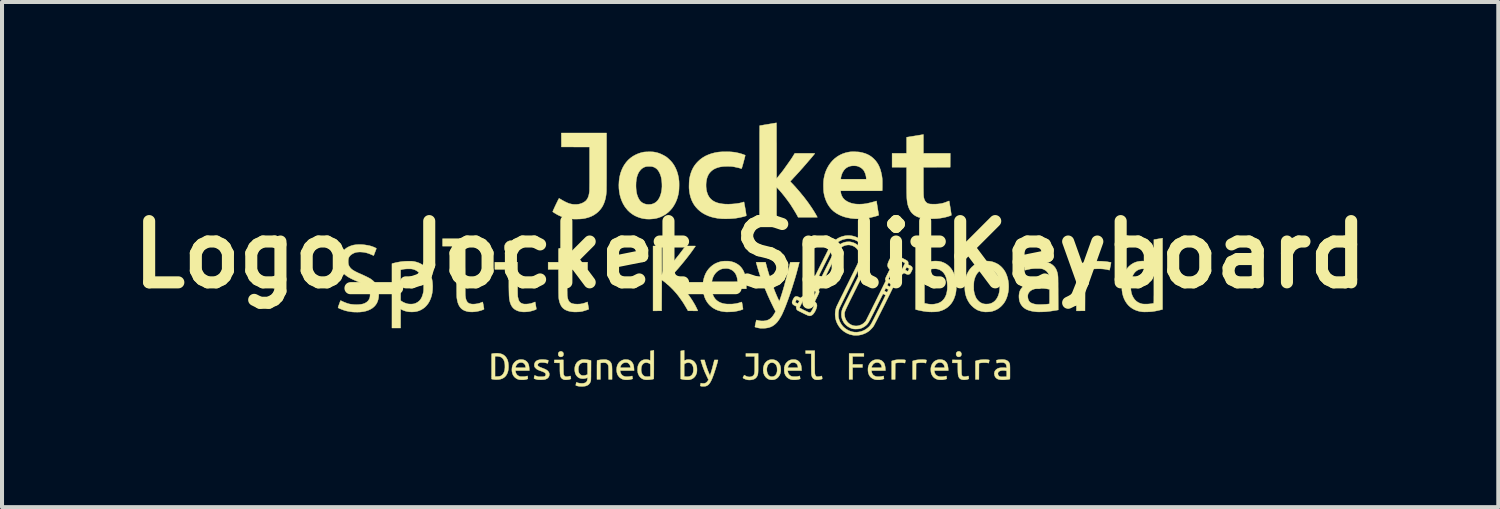
<source format=kicad_pcb>
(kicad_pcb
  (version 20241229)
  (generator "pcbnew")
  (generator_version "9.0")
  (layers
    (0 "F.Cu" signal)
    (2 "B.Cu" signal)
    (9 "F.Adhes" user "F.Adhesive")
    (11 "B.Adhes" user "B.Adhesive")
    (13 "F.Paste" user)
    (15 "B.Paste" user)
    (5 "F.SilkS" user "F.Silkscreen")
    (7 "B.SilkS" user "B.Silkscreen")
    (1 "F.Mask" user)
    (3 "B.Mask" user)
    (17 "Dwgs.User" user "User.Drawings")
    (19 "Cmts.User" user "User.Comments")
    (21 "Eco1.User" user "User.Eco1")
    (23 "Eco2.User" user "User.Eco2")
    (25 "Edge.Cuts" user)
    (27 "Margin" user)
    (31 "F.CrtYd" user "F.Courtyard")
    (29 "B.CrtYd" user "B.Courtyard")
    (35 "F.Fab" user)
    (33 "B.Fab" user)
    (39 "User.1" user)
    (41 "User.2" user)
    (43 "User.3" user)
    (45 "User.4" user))
  (footprint "Logo_Jocket_SplitKeyboard"
    (layer "F.Cu")
    (at 15.61 3.284)
    (property "Reference" "Logo_Jocket_SplitKeyboard" (at 0 0 0) (layer "F.SilkS") (effects (font (size 1.524 1.524) (thickness 0.3))))
    (attr through_hole)
    (fp_poly (pts (xy 2.829 2.532) (xy 2.548 2.532) (xy 2.548 2.731) (xy 2.794 2.731) (xy 2.794 2.806) (xy 2.548 2.806) (xy 2.548 3.103) (xy 2.462 3.103) (xy 2.462 2.458) (xy 2.829 2.458) (xy 2.829 2.532)) (stroke (width 0.01) (type solid)) (fill yes) (layer "F.SilkS"))
    (fp_poly (pts (xy 5.206 2.407) (xy 5.227 2.416) (xy 5.242 2.431) (xy 5.252 2.451) (xy 5.256 2.475) (xy 5.256 2.477) (xy 5.253 2.499) (xy 5.244 2.517) (xy 5.228 2.533) (xy 5.225 2.535) (xy 5.209 2.542) (xy 5.19 2.544) (xy 5.171 2.542) (xy 5.156 2.536) (xy 5.14 2.522) (xy 5.129 2.504) (xy 5.123 2.482) (xy 5.124 2.459) (xy 5.127 2.449) (xy 5.136 2.431) (xy 5.151 2.418) (xy 5.17 2.409) (xy 5.19 2.405) (xy 5.206 2.407)) (stroke (width 0.01) (type solid)) (fill yes) (layer "F.SilkS"))
    (fp_poly (pts (xy -4.693 2.407) (xy -4.675 2.415) (xy -4.66 2.427) (xy -4.649 2.442) (xy -4.646 2.449) (xy -4.643 2.465) (xy -4.643 2.483) (xy -4.646 2.501) (xy -4.652 2.514) (xy -4.653 2.516) (xy -4.669 2.532) (xy -4.687 2.541) (xy -4.709 2.544) (xy -4.726 2.543) (xy -4.738 2.539) (xy -4.744 2.535) (xy -4.76 2.521) (xy -4.77 2.505) (xy -4.774 2.484) (xy -4.774 2.484) (xy -4.774 2.46) (xy -4.767 2.44) (xy -4.755 2.424) (xy -4.754 2.423) (xy -4.734 2.411) (xy -4.713 2.405) (xy -4.693 2.407)) (stroke (width 0.01) (type solid)) (fill yes) (layer "F.SilkS"))
    (fp_poly (pts (xy 4.33 2.613) (xy 4.367 2.618) (xy 4.379 2.621) (xy 4.387 2.623) (xy 4.38 2.66) (xy 4.376 2.677) (xy 4.374 2.689) (xy 4.372 2.697) (xy 4.371 2.699) (xy 4.368 2.698) (xy 4.358 2.696) (xy 4.345 2.693) (xy 4.326 2.69) (xy 4.302 2.688) (xy 4.273 2.687) (xy 4.243 2.687) (xy 4.214 2.689) (xy 4.187 2.691) (xy 4.164 2.694) (xy 4.162 2.695) (xy 4.128 2.702) (xy 4.127 2.902) (xy 4.126 3.103) (xy 4.041 3.103) (xy 4.041 2.646) (xy 4.066 2.638) (xy 4.106 2.627) (xy 4.15 2.619) (xy 4.196 2.614) (xy 4.243 2.611) (xy 4.288 2.61) (xy 4.33 2.613)) (stroke (width 0.01) (type solid)) (fill yes) (layer "F.SilkS"))
    (fp_poly (pts (xy 5.893 2.613) (xy 5.93 2.618) (xy 5.942 2.621) (xy 5.95 2.623) (xy 5.943 2.66) (xy 5.939 2.677) (xy 5.937 2.689) (xy 5.935 2.697) (xy 5.934 2.699) (xy 5.931 2.698) (xy 5.921 2.696) (xy 5.908 2.693) (xy 5.889 2.69) (xy 5.865 2.688) (xy 5.836 2.687) (xy 5.807 2.687) (xy 5.777 2.689) (xy 5.75 2.691) (xy 5.727 2.694) (xy 5.725 2.695) (xy 5.692 2.702) (xy 5.691 2.902) (xy 5.69 3.103) (xy 5.604 3.103) (xy 5.604 2.646) (xy 5.629 2.638) (xy 5.669 2.627) (xy 5.713 2.619) (xy 5.759 2.614) (xy 5.806 2.611) (xy 5.851 2.61) (xy 5.893 2.613)) (stroke (width 0.01) (type solid)) (fill yes) (layer "F.SilkS"))
    (fp_poly (pts (xy 3.776 2.613) (xy 3.807 2.614) (xy 3.831 2.616) (xy 3.849 2.619) (xy 3.859 2.623) (xy 3.864 2.627) (xy 3.864 2.629) (xy 3.863 2.638) (xy 3.861 2.65) (xy 3.858 2.664) (xy 3.855 2.678) (xy 3.851 2.689) (xy 3.849 2.696) (xy 3.848 2.697) (xy 3.843 2.696) (xy 3.832 2.695) (xy 3.819 2.692) (xy 3.817 2.692) (xy 3.795 2.689) (xy 3.768 2.687) (xy 3.738 2.687) (xy 3.707 2.688) (xy 3.678 2.69) (xy 3.653 2.693) (xy 3.64 2.695) (xy 3.609 2.702) (xy 3.608 2.902) (xy 3.607 3.103) (xy 3.521 3.103) (xy 3.521 2.646) (xy 3.553 2.636) (xy 3.581 2.628) (xy 3.606 2.622) (xy 3.63 2.618) (xy 3.655 2.615) (xy 3.682 2.613) (xy 3.715 2.612) (xy 3.738 2.612) (xy 3.776 2.613)) (stroke (width 0.01) (type solid)) (fill yes) (layer "F.SilkS"))
    (fp_poly (pts (xy -5.935 -0.347) (xy -5.904 -0.344) (xy -5.877 -0.336) (xy -5.853 -0.322) (xy -5.83 -0.302) (xy -5.823 -0.295) (xy -5.808 -0.277) (xy -5.796 -0.261) (xy -5.789 -0.243) (xy -5.784 -0.223) (xy -5.782 -0.199) (xy -5.782 -0.174) (xy -5.782 -0.145) (xy -5.785 -0.121) (xy -5.79 -0.102) (xy -5.797 -0.085) (xy -5.809 -0.069) (xy -5.825 -0.051) (xy -5.828 -0.048) (xy -5.848 -0.03) (xy -5.868 -0.017) (xy -5.889 -0.008) (xy -5.913 -0.003) (xy -5.94 -0.001) (xy -5.961 -0.001) (xy -5.977 -0.002) (xy -5.99 -0.005) (xy -5.996 -0.007) (xy -6.031 -0.023) (xy -6.06 -0.044) (xy -6.082 -0.07) (xy -6.098 -0.1) (xy -6.108 -0.135) (xy -6.111 -0.174) (xy -6.111 -0.174) (xy -6.109 -0.209) (xy -6.103 -0.238) (xy -6.091 -0.265) (xy -6.074 -0.289) (xy -6.072 -0.291) (xy -6.046 -0.315) (xy -6.018 -0.333) (xy -5.987 -0.343) (xy -5.952 -0.347) (xy -5.935 -0.347)) (stroke (width 0.01) (type solid)) (fill yes) (layer "F.SilkS"))
    (fp_poly (pts (xy 8.723 0.163) (xy 8.832 0.171) (xy 8.858 0.174) (xy 8.878 0.177) (xy 8.9 0.18) (xy 8.921 0.184) (xy 8.941 0.187) (xy 8.958 0.191) (xy 8.97 0.193) (xy 8.977 0.195) (xy 8.978 0.196) (xy 8.977 0.2) (xy 8.975 0.21) (xy 8.973 0.226) (xy 8.969 0.245) (xy 8.965 0.267) (xy 8.96 0.29) (xy 8.955 0.313) (xy 8.951 0.335) (xy 8.947 0.355) (xy 8.943 0.37) (xy 8.941 0.381) (xy 8.94 0.385) (xy 8.94 0.385) (xy 8.936 0.385) (xy 8.926 0.383) (xy 8.913 0.38) (xy 8.909 0.379) (xy 8.865 0.369) (xy 8.82 0.361) (xy 8.772 0.356) (xy 8.72 0.353) (xy 8.662 0.352) (xy 8.627 0.353) (xy 8.579 0.354) (xy 8.536 0.357) (xy 8.497 0.361) (xy 8.458 0.366) (xy 8.418 0.374) (xy 8.38 0.382) (xy 8.333 0.393) (xy 8.331 0.895) (xy 8.329 1.397) (xy 8.223 1.398) (xy 8.116 1.399) (xy 8.116 0.251) (xy 8.17 0.235) (xy 8.282 0.205) (xy 8.394 0.183) (xy 8.504 0.169) (xy 8.614 0.162) (xy 8.723 0.163)) (stroke (width 0.01) (type solid)) (fill yes) (layer "F.SilkS"))
    (fp_poly (pts (xy 5.254 2.62) (xy 5.256 2.802) (xy 5.256 2.846) (xy 5.257 2.883) (xy 5.257 2.914) (xy 5.258 2.939) (xy 5.259 2.959) (xy 5.26 2.975) (xy 5.262 2.987) (xy 5.264 2.996) (xy 5.267 3.003) (xy 5.27 3.009) (xy 5.274 3.014) (xy 5.279 3.018) (xy 5.28 3.019) (xy 5.297 3.03) (xy 5.319 3.036) (xy 5.346 3.036) (xy 5.379 3.031) (xy 5.417 3.02) (xy 5.424 3.018) (xy 5.427 3.019) (xy 5.43 3.023) (xy 5.433 3.033) (xy 5.435 3.047) (xy 5.438 3.065) (xy 5.439 3.078) (xy 5.439 3.085) (xy 5.437 3.09) (xy 5.432 3.093) (xy 5.429 3.094) (xy 5.403 3.104) (xy 5.372 3.11) (xy 5.34 3.113) (xy 5.308 3.114) (xy 5.279 3.11) (xy 5.26 3.106) (xy 5.236 3.096) (xy 5.218 3.084) (xy 5.203 3.067) (xy 5.198 3.06) (xy 5.191 3.047) (xy 5.184 3.034) (xy 5.179 3.019) (xy 5.175 3.001) (xy 5.172 2.98) (xy 5.17 2.955) (xy 5.168 2.925) (xy 5.167 2.889) (xy 5.166 2.847) (xy 5.166 2.809) (xy 5.166 2.692) (xy 5.029 2.692) (xy 5.029 2.618) (xy 5.254 2.62)) (stroke (width 0.01) (type solid)) (fill yes) (layer "F.SilkS"))
    (fp_poly (pts (xy -4.645 2.793) (xy -4.645 2.836) (xy -4.644 2.871) (xy -4.644 2.901) (xy -4.643 2.925) (xy -4.643 2.943) (xy -4.642 2.958) (xy -4.641 2.969) (xy -4.64 2.978) (xy -4.638 2.984) (xy -4.637 2.988) (xy -4.627 3.008) (xy -4.613 3.024) (xy -4.598 3.032) (xy -4.582 3.036) (xy -4.56 3.036) (xy -4.536 3.034) (xy -4.512 3.029) (xy -4.503 3.027) (xy -4.489 3.022) (xy -4.477 3.02) (xy -4.471 3.019) (xy -4.47 3.02) (xy -4.468 3.025) (xy -4.466 3.035) (xy -4.464 3.048) (xy -4.461 3.062) (xy -4.459 3.075) (xy -4.459 3.084) (xy -4.459 3.084) (xy -4.462 3.09) (xy -4.473 3.096) (xy -4.488 3.102) (xy -4.508 3.106) (xy -4.53 3.11) (xy -4.553 3.112) (xy -4.577 3.114) (xy -4.6 3.114) (xy -4.62 3.112) (xy -4.629 3.11) (xy -4.651 3.102) (xy -4.673 3.089) (xy -4.692 3.073) (xy -4.7 3.062) (xy -4.708 3.05) (xy -4.714 3.036) (xy -4.719 3.021) (xy -4.723 3.004) (xy -4.726 2.983) (xy -4.729 2.958) (xy -4.73 2.929) (xy -4.732 2.893) (xy -4.732 2.851) (xy -4.732 2.815) (xy -4.732 2.693) (xy -4.802 2.692) (xy -4.871 2.69) (xy -4.871 2.62) (xy -4.759 2.619) (xy -4.647 2.618) (xy -4.645 2.793)) (stroke (width 0.01) (type solid)) (fill yes) (layer "F.SilkS"))
    (fp_poly (pts (xy 1.606 2.66) (xy 1.606 2.706) (xy 1.606 2.751) (xy 1.607 2.793) (xy 1.607 2.833) (xy 1.607 2.868) (xy 1.608 2.899) (xy 1.608 2.925) (xy 1.609 2.944) (xy 1.61 2.957) (xy 1.61 2.961) (xy 1.616 2.989) (xy 1.626 3.011) (xy 1.64 3.026) (xy 1.645 3.029) (xy 1.653 3.033) (xy 1.662 3.035) (xy 1.673 3.036) (xy 1.69 3.035) (xy 1.696 3.035) (xy 1.724 3.032) (xy 1.749 3.027) (xy 1.756 3.025) (xy 1.768 3.021) (xy 1.778 3.019) (xy 1.781 3.019) (xy 1.783 3.023) (xy 1.785 3.033) (xy 1.788 3.046) (xy 1.79 3.06) (xy 1.792 3.073) (xy 1.793 3.082) (xy 1.793 3.084) (xy 1.79 3.09) (xy 1.78 3.096) (xy 1.765 3.101) (xy 1.745 3.106) (xy 1.723 3.11) (xy 1.7 3.113) (xy 1.676 3.114) (xy 1.654 3.114) (xy 1.634 3.112) (xy 1.622 3.109) (xy 1.593 3.098) (xy 1.57 3.082) (xy 1.551 3.06) (xy 1.537 3.033) (xy 1.528 2.999) (xy 1.524 2.977) (xy 1.523 2.966) (xy 1.523 2.948) (xy 1.522 2.924) (xy 1.521 2.893) (xy 1.521 2.857) (xy 1.52 2.816) (xy 1.52 2.771) (xy 1.52 2.723) (xy 1.52 2.703) (xy 1.52 2.462) (xy 1.451 2.461) (xy 1.381 2.46) (xy 1.38 2.424) (xy 1.379 2.388) (xy 1.606 2.388) (xy 1.606 2.66)) (stroke (width 0.01) (type solid)) (fill yes) (layer "F.SilkS"))
    (fp_poly (pts (xy -3.6 2.611) (xy -3.582 2.613) (xy -3.577 2.614) (xy -3.54 2.625) (xy -3.508 2.641) (xy -3.483 2.662) (xy -3.463 2.689) (xy -3.458 2.698) (xy -3.453 2.709) (xy -3.449 2.72) (xy -3.445 2.731) (xy -3.442 2.744) (xy -3.44 2.758) (xy -3.438 2.775) (xy -3.437 2.796) (xy -3.436 2.822) (xy -3.435 2.852) (xy -3.435 2.889) (xy -3.435 2.933) (xy -3.435 2.94) (xy -3.435 3.103) (xy -3.52 3.103) (xy -3.522 2.94) (xy -3.522 2.898) (xy -3.523 2.864) (xy -3.523 2.836) (xy -3.524 2.814) (xy -3.524 2.796) (xy -3.525 2.783) (xy -3.526 2.772) (xy -3.528 2.765) (xy -3.529 2.759) (xy -3.53 2.757) (xy -3.54 2.733) (xy -3.555 2.714) (xy -3.574 2.7) (xy -3.597 2.691) (xy -3.626 2.688) (xy -3.66 2.688) (xy -3.669 2.689) (xy -3.687 2.691) (xy -3.702 2.692) (xy -3.712 2.694) (xy -3.715 2.694) (xy -3.724 2.696) (xy -3.724 3.103) (xy -3.81 3.103) (xy -3.81 2.868) (xy -3.81 2.826) (xy -3.81 2.787) (xy -3.81 2.75) (xy -3.809 2.717) (xy -3.809 2.689) (xy -3.808 2.665) (xy -3.808 2.647) (xy -3.807 2.636) (xy -3.807 2.632) (xy -3.802 2.631) (xy -3.791 2.628) (xy -3.775 2.625) (xy -3.759 2.622) (xy -3.735 2.618) (xy -3.708 2.615) (xy -3.679 2.613) (xy -3.65 2.611) (xy -3.624 2.611) (xy -3.6 2.611)) (stroke (width 0.01) (type solid)) (fill yes) (layer "F.SilkS"))
    (fp_poly (pts (xy -6.276 2.454) (xy -6.264 2.455) (xy -6.216 2.462) (xy -6.174 2.475) (xy -6.135 2.495) (xy -6.102 2.521) (xy -6.09 2.533) (xy -6.065 2.565) (xy -6.045 2.6) (xy -6.029 2.639) (xy -6.019 2.684) (xy -6.013 2.734) (xy -6.011 2.759) (xy -6.011 2.811) (xy -6.015 2.858) (xy -6.024 2.901) (xy -6.037 2.942) (xy -6.045 2.961) (xy -6.067 3) (xy -6.093 3.032) (xy -6.124 3.059) (xy -6.16 3.08) (xy -6.201 3.095) (xy -6.213 3.098) (xy -6.238 3.103) (xy -6.269 3.107) (xy -6.301 3.108) (xy -6.332 3.108) (xy -6.355 3.107) (xy -6.374 3.104) (xy -6.394 3.102) (xy -6.409 3.099) (xy -6.432 3.094) (xy -6.432 2.528) (xy -6.346 2.528) (xy -6.346 3.033) (xy -6.29 3.032) (xy -6.266 3.031) (xy -6.248 3.029) (xy -6.234 3.027) (xy -6.222 3.024) (xy -6.212 3.021) (xy -6.184 3.006) (xy -6.159 2.984) (xy -6.138 2.956) (xy -6.122 2.923) (xy -6.11 2.884) (xy -6.107 2.875) (xy -6.103 2.845) (xy -6.1 2.811) (xy -6.1 2.774) (xy -6.101 2.738) (xy -6.104 2.705) (xy -6.107 2.686) (xy -6.119 2.645) (xy -6.134 2.611) (xy -6.154 2.583) (xy -6.179 2.56) (xy -6.209 2.544) (xy -6.244 2.534) (xy -6.285 2.529) (xy -6.304 2.528) (xy -6.346 2.528) (xy -6.432 2.528) (xy -6.432 2.467) (xy -6.408 2.462) (xy -6.378 2.457) (xy -6.344 2.455) (xy -6.309 2.453) (xy -6.276 2.454)) (stroke (width 0.01) (type solid)) (fill yes) (layer "F.SilkS"))
    (fp_poly (pts (xy 0.199 2.698) (xy 0.199 2.751) (xy 0.199 2.797) (xy 0.199 2.836) (xy 0.199 2.869) (xy 0.198 2.897) (xy 0.197 2.921) (xy 0.196 2.941) (xy 0.194 2.957) (xy 0.192 2.971) (xy 0.19 2.982) (xy 0.187 2.993) (xy 0.184 3.002) (xy 0.179 3.012) (xy 0.174 3.022) (xy 0.174 3.023) (xy 0.156 3.051) (xy 0.134 3.074) (xy 0.106 3.092) (xy 0.099 3.096) (xy 0.067 3.107) (xy 0.031 3.114) (xy -0.007 3.118) (xy -0.047 3.116) (xy -0.072 3.113) (xy -0.09 3.108) (xy -0.11 3.102) (xy -0.129 3.095) (xy -0.147 3.087) (xy -0.163 3.078) (xy -0.174 3.071) (xy -0.179 3.065) (xy -0.18 3.063) (xy -0.178 3.058) (xy -0.174 3.048) (xy -0.168 3.036) (xy -0.161 3.023) (xy -0.155 3.011) (xy -0.149 3.002) (xy -0.146 2.997) (xy -0.146 2.997) (xy -0.142 2.999) (xy -0.133 3.004) (xy -0.121 3.011) (xy -0.1 3.023) (xy -0.083 3.031) (xy -0.065 3.036) (xy -0.045 3.04) (xy -0.044 3.04) (xy -0.011 3.042) (xy 0.02 3.038) (xy 0.048 3.029) (xy 0.071 3.015) (xy 0.088 2.997) (xy 0.089 2.996) (xy 0.094 2.988) (xy 0.098 2.98) (xy 0.102 2.971) (xy 0.105 2.961) (xy 0.107 2.949) (xy 0.109 2.935) (xy 0.111 2.917) (xy 0.112 2.894) (xy 0.113 2.867) (xy 0.113 2.835) (xy 0.113 2.797) (xy 0.113 2.751) (xy 0.113 2.728) (xy 0.113 2.532) (xy -0.106 2.532) (xy -0.106 2.458) (xy 0.199 2.458) (xy 0.199 2.698)) (stroke (width 0.01) (type solid)) (fill yes) (layer "F.SilkS"))
    (fp_poly (pts (xy -2.199 0.142) (xy -2.198 0.499) (xy -2.143 0.44) (xy -2.083 0.375) (xy -2.02 0.304) (xy -1.955 0.229) (xy -1.889 0.15) (xy -1.823 0.069) (xy -1.758 -0.013) (xy -1.695 -0.096) (xy -1.674 -0.124) (xy -1.606 -0.215) (xy -1.483 -0.215) (xy -1.453 -0.215) (xy -1.425 -0.215) (xy -1.401 -0.214) (xy -1.382 -0.214) (xy -1.368 -0.214) (xy -1.361 -0.213) (xy -1.36 -0.213) (xy -1.362 -0.209) (xy -1.368 -0.2) (xy -1.377 -0.186) (xy -1.389 -0.169) (xy -1.403 -0.15) (xy -1.418 -0.128) (xy -1.433 -0.107) (xy -1.448 -0.085) (xy -1.459 -0.071) (xy -1.503 -0.011) (xy -1.553 0.054) (xy -1.605 0.12) (xy -1.66 0.188) (xy -1.717 0.256) (xy -1.773 0.323) (xy -1.829 0.387) (xy -1.883 0.447) (xy -1.934 0.501) (xy -1.936 0.504) (xy -1.967 0.536) (xy -1.954 0.548) (xy -1.851 0.642) (xy -1.755 0.738) (xy -1.664 0.838) (xy -1.58 0.94) (xy -1.503 1.044) (xy -1.433 1.149) (xy -1.385 1.23) (xy -1.373 1.25) (xy -1.361 1.273) (xy -1.349 1.297) (xy -1.337 1.321) (xy -1.326 1.343) (xy -1.317 1.362) (xy -1.311 1.378) (xy -1.307 1.388) (xy -1.307 1.389) (xy -1.304 1.399) (xy -1.545 1.397) (xy -1.558 1.374) (xy -1.604 1.296) (xy -1.647 1.224) (xy -1.69 1.158) (xy -1.733 1.097) (xy -1.775 1.039) (xy -1.819 0.983) (xy -1.847 0.95) (xy -1.891 0.9) (xy -1.938 0.851) (xy -1.986 0.803) (xy -2.035 0.757) (xy -2.084 0.715) (xy -2.13 0.678) (xy -2.169 0.649) (xy -2.198 0.629) (xy -2.2 1.013) (xy -2.202 1.397) (xy -2.415 1.399) (xy -2.415 -0.215) (xy -2.2 -0.215) (xy -2.199 0.142)) (stroke (width 0.01) (type solid)) (fill yes) (layer "F.SilkS"))
    (fp_poly (pts (xy 0.584 2.613) (xy 0.622 2.624) (xy 0.656 2.641) (xy 0.687 2.664) (xy 0.713 2.694) (xy 0.734 2.728) (xy 0.75 2.768) (xy 0.752 2.776) (xy 0.757 2.8) (xy 0.76 2.829) (xy 0.761 2.859) (xy 0.761 2.89) (xy 0.758 2.917) (xy 0.756 2.927) (xy 0.745 2.969) (xy 0.727 3.006) (xy 0.705 3.039) (xy 0.678 3.067) (xy 0.647 3.089) (xy 0.612 3.105) (xy 0.6 3.108) (xy 0.576 3.112) (xy 0.549 3.114) (xy 0.52 3.113) (xy 0.494 3.11) (xy 0.482 3.107) (xy 0.448 3.093) (xy 0.417 3.073) (xy 0.389 3.047) (xy 0.365 3.016) (xy 0.347 2.981) (xy 0.334 2.944) (xy 0.329 2.916) (xy 0.326 2.883) (xy 0.326 2.879) (xy 0.415 2.879) (xy 0.415 2.881) (xy 0.421 2.921) (xy 0.431 2.956) (xy 0.446 2.985) (xy 0.465 3.008) (xy 0.489 3.025) (xy 0.503 3.031) (xy 0.52 3.035) (xy 0.541 3.036) (xy 0.563 3.034) (xy 0.583 3.03) (xy 0.597 3.025) (xy 0.621 3.008) (xy 0.642 2.985) (xy 0.657 2.955) (xy 0.667 2.924) (xy 0.67 2.902) (xy 0.672 2.876) (xy 0.671 2.848) (xy 0.669 2.82) (xy 0.666 2.795) (xy 0.661 2.776) (xy 0.646 2.746) (xy 0.627 2.721) (xy 0.604 2.703) (xy 0.577 2.691) (xy 0.567 2.688) (xy 0.537 2.685) (xy 0.509 2.69) (xy 0.485 2.701) (xy 0.463 2.718) (xy 0.445 2.74) (xy 0.431 2.768) (xy 0.421 2.801) (xy 0.415 2.838) (xy 0.415 2.879) (xy 0.326 2.879) (xy 0.325 2.848) (xy 0.328 2.815) (xy 0.33 2.802) (xy 0.341 2.759) (xy 0.357 2.721) (xy 0.379 2.688) (xy 0.406 2.66) (xy 0.436 2.638) (xy 0.471 2.621) (xy 0.509 2.612) (xy 0.543 2.609) (xy 0.584 2.613)) (stroke (width 0.01) (type solid)) (fill yes) (layer "F.SilkS"))
    (fp_poly (pts (xy 1.113 2.612) (xy 1.146 2.618) (xy 1.174 2.63) (xy 1.2 2.647) (xy 1.216 2.662) (xy 1.237 2.686) (xy 1.253 2.713) (xy 1.264 2.744) (xy 1.272 2.781) (xy 1.276 2.823) (xy 1.277 2.832) (xy 1.279 2.884) (xy 0.933 2.884) (xy 0.936 2.904) (xy 0.943 2.937) (xy 0.956 2.966) (xy 0.974 2.991) (xy 0.996 3.009) (xy 1.011 3.018) (xy 1.027 3.025) (xy 1.045 3.03) (xy 1.066 3.033) (xy 1.092 3.034) (xy 1.116 3.034) (xy 1.14 3.034) (xy 1.159 3.033) (xy 1.173 3.032) (xy 1.186 3.03) (xy 1.198 3.027) (xy 1.203 3.025) (xy 1.217 3.021) (xy 1.227 3.018) (xy 1.233 3.018) (xy 1.233 3.018) (xy 1.234 3.022) (xy 1.236 3.032) (xy 1.239 3.046) (xy 1.24 3.053) (xy 1.246 3.088) (xy 1.231 3.094) (xy 1.207 3.102) (xy 1.177 3.108) (xy 1.144 3.112) (xy 1.109 3.114) (xy 1.075 3.114) (xy 1.043 3.111) (xy 1.026 3.108) (xy 0.987 3.096) (xy 0.951 3.077) (xy 0.919 3.053) (xy 0.914 3.048) (xy 0.89 3.02) (xy 0.872 2.989) (xy 0.858 2.955) (xy 0.85 2.917) (xy 0.847 2.873) (xy 0.847 2.864) (xy 0.849 2.819) (xy 0.85 2.814) (xy 0.935 2.814) (xy 1.192 2.814) (xy 1.19 2.805) (xy 1.189 2.795) (xy 1.187 2.783) (xy 1.186 2.779) (xy 1.179 2.752) (xy 1.165 2.728) (xy 1.147 2.709) (xy 1.125 2.695) (xy 1.099 2.686) (xy 1.072 2.683) (xy 1.043 2.686) (xy 1.014 2.696) (xy 1.013 2.697) (xy 0.991 2.712) (xy 0.97 2.733) (xy 0.953 2.758) (xy 0.941 2.786) (xy 0.938 2.797) (xy 0.935 2.814) (xy 0.85 2.814) (xy 0.856 2.778) (xy 0.868 2.742) (xy 0.886 2.71) (xy 0.91 2.681) (xy 0.916 2.675) (xy 0.946 2.648) (xy 0.978 2.629) (xy 1.012 2.617) (xy 1.05 2.611) (xy 1.075 2.61) (xy 1.113 2.612)) (stroke (width 0.01) (type solid)) (fill yes) (layer "F.SilkS"))
    (fp_poly (pts (xy -5.786 0.601) (xy -5.786 0.668) (xy -5.786 0.727) (xy -5.785 0.78) (xy -5.785 0.827) (xy -5.785 0.867) (xy -5.785 0.902) (xy -5.784 0.932) (xy -5.784 0.958) (xy -5.783 0.979) (xy -5.783 0.997) (xy -5.782 1.012) (xy -5.781 1.024) (xy -5.781 1.034) (xy -5.78 1.043) (xy -5.779 1.05) (xy -5.778 1.053) (xy -5.769 1.095) (xy -5.758 1.13) (xy -5.744 1.159) (xy -5.727 1.182) (xy -5.705 1.2) (xy -5.679 1.214) (xy -5.648 1.224) (xy -5.644 1.226) (xy -5.629 1.228) (xy -5.613 1.23) (xy -5.593 1.23) (xy -5.567 1.23) (xy -5.565 1.23) (xy -5.506 1.225) (xy -5.451 1.214) (xy -5.399 1.197) (xy -5.376 1.187) (xy -5.363 1.181) (xy -5.353 1.178) (xy -5.349 1.177) (xy -5.348 1.177) (xy -5.347 1.181) (xy -5.345 1.191) (xy -5.343 1.207) (xy -5.339 1.226) (xy -5.335 1.248) (xy -5.332 1.27) (xy -5.328 1.293) (xy -5.324 1.314) (xy -5.322 1.332) (xy -5.319 1.345) (xy -5.318 1.353) (xy -5.318 1.354) (xy -5.322 1.359) (xy -5.332 1.365) (xy -5.348 1.373) (xy -5.369 1.38) (xy -5.393 1.388) (xy -5.42 1.396) (xy -5.448 1.404) (xy -5.476 1.41) (xy -5.496 1.415) (xy -5.525 1.419) (xy -5.558 1.422) (xy -5.593 1.424) (xy -5.627 1.425) (xy -5.659 1.424) (xy -5.678 1.422) (xy -5.734 1.413) (xy -5.784 1.398) (xy -5.828 1.378) (xy -5.867 1.353) (xy -5.9 1.323) (xy -5.928 1.286) (xy -5.951 1.244) (xy -5.969 1.196) (xy -5.975 1.176) (xy -5.979 1.158) (xy -5.983 1.139) (xy -5.987 1.119) (xy -5.99 1.097) (xy -5.993 1.073) (xy -5.995 1.046) (xy -5.997 1.016) (xy -5.998 0.982) (xy -5.999 0.943) (xy -6 0.9) (xy -6.001 0.851) (xy -6.002 0.796) (xy -6.002 0.735) (xy -6.002 0.666) (xy -6.002 0.64) (xy -6.002 0.367) (xy -6.35 0.367) (xy -6.35 0.188) (xy -5.788 0.188) (xy -5.786 0.601)) (stroke (width 0.01) (type solid)) (fill yes) (layer "F.SilkS"))
    (fp_poly (pts (xy -0.813 2.619) (xy -0.806 2.62) (xy -0.802 2.621) (xy -0.801 2.624) (xy -0.801 2.625) (xy -0.802 2.634) (xy -0.806 2.648) (xy -0.811 2.669) (xy -0.817 2.694) (xy -0.826 2.723) (xy -0.835 2.754) (xy -0.845 2.787) (xy -0.855 2.822) (xy -0.866 2.856) (xy -0.877 2.889) (xy -0.887 2.92) (xy -0.889 2.926) (xy -0.909 2.985) (xy -0.929 3.038) (xy -0.947 3.084) (xy -0.965 3.124) (xy -0.982 3.158) (xy -0.999 3.186) (xy -1.016 3.21) (xy -1.033 3.23) (xy -1.051 3.245) (xy -1.07 3.257) (xy -1.09 3.266) (xy -1.093 3.268) (xy -1.114 3.273) (xy -1.14 3.276) (xy -1.168 3.277) (xy -1.194 3.276) (xy -1.217 3.273) (xy -1.229 3.269) (xy -1.238 3.267) (xy -1.242 3.265) (xy -1.242 3.262) (xy -1.24 3.254) (xy -1.237 3.239) (xy -1.233 3.218) (xy -1.229 3.201) (xy -1.226 3.195) (xy -1.222 3.195) (xy -1.218 3.197) (xy -1.207 3.201) (xy -1.19 3.203) (xy -1.17 3.204) (xy -1.15 3.203) (xy -1.132 3.201) (xy -1.124 3.199) (xy -1.101 3.189) (xy -1.08 3.172) (xy -1.061 3.151) (xy -1.048 3.132) (xy -1.037 3.11) (xy -1.067 3.049) (xy -1.124 2.926) (xy -1.173 2.801) (xy -1.215 2.674) (xy -1.217 2.668) (xy -1.223 2.647) (xy -1.226 2.633) (xy -1.227 2.624) (xy -1.226 2.62) (xy -1.225 2.62) (xy -1.22 2.619) (xy -1.208 2.619) (xy -1.192 2.619) (xy -1.178 2.619) (xy -1.135 2.62) (xy -1.121 2.673) (xy -1.111 2.711) (xy -1.098 2.753) (xy -1.083 2.797) (xy -1.068 2.842) (xy -1.052 2.885) (xy -1.036 2.925) (xy -1.022 2.959) (xy -1.015 2.974) (xy -0.998 3.01) (xy -0.976 2.94) (xy -0.967 2.911) (xy -0.958 2.882) (xy -0.949 2.85) (xy -0.939 2.815) (xy -0.929 2.775) (xy -0.917 2.731) (xy -0.904 2.679) (xy -0.904 2.679) (xy -0.889 2.62) (xy -0.845 2.619) (xy -0.826 2.619) (xy -0.813 2.619)) (stroke (width 0.01) (type solid)) (fill yes) (layer "F.SilkS"))
    (fp_poly (pts (xy -7.089 0.29) (xy -7.088 0.385) (xy -7.088 0.474) (xy -7.088 0.557) (xy -7.088 0.634) (xy -7.088 0.704) (xy -7.088 0.768) (xy -7.087 0.825) (xy -7.087 0.875) (xy -7.087 0.918) (xy -7.086 0.954) (xy -7.086 0.983) (xy -7.085 1.004) (xy -7.085 1.017) (xy -7.084 1.021) (xy -7.078 1.069) (xy -7.069 1.111) (xy -7.055 1.145) (xy -7.039 1.174) (xy -7.018 1.196) (xy -6.995 1.211) (xy -6.968 1.221) (xy -6.936 1.228) (xy -6.9 1.231) (xy -6.86 1.23) (xy -6.819 1.226) (xy -6.777 1.219) (xy -6.736 1.209) (xy -6.697 1.195) (xy -6.679 1.188) (xy -6.666 1.182) (xy -6.656 1.179) (xy -6.652 1.178) (xy -6.652 1.178) (xy -6.651 1.182) (xy -6.649 1.192) (xy -6.646 1.208) (xy -6.642 1.227) (xy -6.638 1.249) (xy -6.634 1.271) (xy -6.63 1.294) (xy -6.626 1.315) (xy -6.623 1.333) (xy -6.621 1.347) (xy -6.62 1.355) (xy -6.62 1.356) (xy -6.623 1.359) (xy -6.632 1.364) (xy -6.645 1.37) (xy -6.652 1.373) (xy -6.697 1.389) (xy -6.748 1.403) (xy -6.801 1.414) (xy -6.856 1.421) (xy -6.909 1.425) (xy -6.959 1.424) (xy -6.985 1.422) (xy -7.004 1.42) (xy -7.026 1.415) (xy -7.048 1.411) (xy -7.054 1.409) (xy -7.099 1.395) (xy -7.139 1.375) (xy -7.174 1.351) (xy -7.205 1.321) (xy -7.231 1.285) (xy -7.253 1.244) (xy -7.271 1.196) (xy -7.285 1.141) (xy -7.294 1.09) (xy -7.295 1.084) (xy -7.296 1.077) (xy -7.297 1.068) (xy -7.297 1.058) (xy -7.298 1.046) (xy -7.299 1.032) (xy -7.299 1.016) (xy -7.3 0.996) (xy -7.3 0.973) (xy -7.3 0.946) (xy -7.301 0.915) (xy -7.301 0.879) (xy -7.301 0.838) (xy -7.301 0.792) (xy -7.302 0.741) (xy -7.302 0.683) (xy -7.302 0.619) (xy -7.302 0.548) (xy -7.302 0.47) (xy -7.302 0.417) (xy -7.304 -0.211) (xy -7.651 -0.211) (xy -7.651 -0.395) (xy -7.089 -0.395) (xy -7.089 0.29)) (stroke (width 0.01) (type solid)) (fill yes) (layer "F.SilkS"))
    (fp_poly (pts (xy -3.054 2.612) (xy -3.021 2.619) (xy -2.993 2.63) (xy -2.968 2.647) (xy -2.947 2.667) (xy -2.928 2.691) (xy -2.913 2.718) (xy -2.902 2.751) (xy -2.894 2.789) (xy -2.89 2.833) (xy -2.889 2.839) (xy -2.887 2.884) (xy -3.061 2.884) (xy -3.097 2.884) (xy -3.131 2.884) (xy -3.161 2.884) (xy -3.187 2.885) (xy -3.208 2.885) (xy -3.224 2.886) (xy -3.233 2.886) (xy -3.236 2.887) (xy -3.235 2.892) (xy -3.233 2.902) (xy -3.23 2.916) (xy -3.219 2.95) (xy -3.203 2.978) (xy -3.182 3.001) (xy -3.155 3.018) (xy -3.122 3.03) (xy -3.111 3.033) (xy -3.091 3.035) (xy -3.065 3.036) (xy -3.037 3.035) (xy -3.009 3.033) (xy -2.983 3.029) (xy -2.964 3.025) (xy -2.95 3.022) (xy -2.94 3.019) (xy -2.935 3.019) (xy -2.934 3.019) (xy -2.933 3.023) (xy -2.931 3.033) (xy -2.929 3.041) (xy -2.927 3.056) (xy -2.925 3.071) (xy -2.925 3.076) (xy -2.922 3.09) (xy -2.943 3.096) (xy -2.978 3.105) (xy -3.016 3.111) (xy -3.056 3.114) (xy -3.094 3.114) (xy -3.129 3.111) (xy -3.142 3.108) (xy -3.176 3.098) (xy -3.21 3.081) (xy -3.24 3.06) (xy -3.254 3.047) (xy -3.28 3.016) (xy -3.3 2.981) (xy -3.313 2.94) (xy -3.32 2.895) (xy -3.322 2.86) (xy -3.318 2.814) (xy -3.233 2.814) (xy -2.977 2.814) (xy -2.979 2.791) (xy -2.986 2.761) (xy -2.999 2.735) (xy -3.017 2.712) (xy -3.039 2.696) (xy -3.048 2.691) (xy -3.072 2.684) (xy -3.098 2.683) (xy -3.126 2.687) (xy -3.149 2.694) (xy -3.174 2.71) (xy -3.197 2.731) (xy -3.215 2.757) (xy -3.227 2.786) (xy -3.23 2.799) (xy -3.233 2.814) (xy -3.318 2.814) (xy -3.318 2.813) (xy -3.309 2.77) (xy -3.293 2.731) (xy -3.272 2.696) (xy -3.245 2.667) (xy -3.213 2.643) (xy -3.175 2.624) (xy -3.166 2.621) (xy -3.149 2.616) (xy -3.135 2.612) (xy -3.12 2.61) (xy -3.102 2.61) (xy -3.091 2.61) (xy -3.054 2.612)) (stroke (width 0.01) (type solid)) (fill yes) (layer "F.SilkS"))
    (fp_poly (pts (xy -1.641 2.507) (xy -1.641 2.538) (xy -1.641 2.566) (xy -1.641 2.59) (xy -1.641 2.61) (xy -1.64 2.624) (xy -1.64 2.632) (xy -1.639 2.634) (xy -1.635 2.633) (xy -1.625 2.629) (xy -1.611 2.625) (xy -1.601 2.622) (xy -1.581 2.615) (xy -1.565 2.612) (xy -1.548 2.61) (xy -1.528 2.61) (xy -1.488 2.613) (xy -1.451 2.623) (xy -1.419 2.64) (xy -1.391 2.663) (xy -1.367 2.693) (xy -1.347 2.729) (xy -1.332 2.771) (xy -1.332 2.773) (xy -1.327 2.796) (xy -1.324 2.823) (xy -1.323 2.853) (xy -1.323 2.883) (xy -1.325 2.911) (xy -1.328 2.935) (xy -1.33 2.942) (xy -1.345 2.984) (xy -1.365 3.021) (xy -1.391 3.052) (xy -1.421 3.077) (xy -1.456 3.096) (xy -1.493 3.108) (xy -1.514 3.112) (xy -1.541 3.114) (xy -1.571 3.114) (xy -1.602 3.113) (xy -1.632 3.11) (xy -1.655 3.107) (xy -1.674 3.103) (xy -1.691 3.1) (xy -1.706 3.097) (xy -1.711 3.095) (xy -1.727 3.091) (xy -1.727 2.805) (xy -1.641 2.805) (xy -1.641 2.837) (xy -1.641 2.876) (xy -1.641 3.028) (xy -1.621 3.032) (xy -1.599 3.036) (xy -1.577 3.038) (xy -1.559 3.038) (xy -1.555 3.038) (xy -1.545 3.036) (xy -1.532 3.035) (xy -1.528 3.034) (xy -1.499 3.027) (xy -1.473 3.013) (xy -1.451 2.993) (xy -1.433 2.968) (xy -1.432 2.965) (xy -1.421 2.937) (xy -1.414 2.905) (xy -1.411 2.871) (xy -1.412 2.836) (xy -1.416 2.802) (xy -1.425 2.771) (xy -1.437 2.744) (xy -1.446 2.729) (xy -1.467 2.709) (xy -1.492 2.695) (xy -1.519 2.687) (xy -1.549 2.686) (xy -1.58 2.692) (xy -1.607 2.703) (xy -1.616 2.707) (xy -1.623 2.71) (xy -1.628 2.714) (xy -1.633 2.718) (xy -1.636 2.724) (xy -1.638 2.732) (xy -1.64 2.744) (xy -1.641 2.759) (xy -1.641 2.78) (xy -1.641 2.805) (xy -1.727 2.805) (xy -1.727 2.396) (xy -1.714 2.393) (xy -1.704 2.392) (xy -1.69 2.389) (xy -1.673 2.386) (xy -1.672 2.386) (xy -1.641 2.381) (xy -1.641 2.507)) (stroke (width 0.01) (type solid)) (fill yes) (layer "F.SilkS"))
    (fp_poly (pts (xy -5.657 2.612) (xy -5.62 2.621) (xy -5.589 2.636) (xy -5.561 2.657) (xy -5.554 2.664) (xy -5.535 2.687) (xy -5.52 2.714) (xy -5.508 2.745) (xy -5.501 2.781) (xy -5.496 2.823) (xy -5.495 2.834) (xy -5.493 2.884) (xy -5.839 2.884) (xy -5.837 2.905) (xy -5.829 2.939) (xy -5.815 2.969) (xy -5.795 2.994) (xy -5.769 3.013) (xy -5.745 3.025) (xy -5.735 3.029) (xy -5.726 3.031) (xy -5.715 3.033) (xy -5.701 3.034) (xy -5.683 3.034) (xy -5.662 3.034) (xy -5.639 3.034) (xy -5.621 3.034) (xy -5.606 3.033) (xy -5.592 3.03) (xy -5.577 3.027) (xy -5.559 3.022) (xy -5.547 3.018) (xy -5.542 3.018) (xy -5.539 3.02) (xy -5.537 3.026) (xy -5.535 3.038) (xy -5.534 3.046) (xy -5.531 3.065) (xy -5.53 3.078) (xy -5.531 3.086) (xy -5.535 3.091) (xy -5.542 3.094) (xy -5.554 3.098) (xy -5.556 3.099) (xy -5.574 3.104) (xy -5.594 3.108) (xy -5.608 3.11) (xy -5.629 3.113) (xy -5.654 3.114) (xy -5.682 3.114) (xy -5.708 3.113) (xy -5.732 3.111) (xy -5.748 3.108) (xy -5.785 3.097) (xy -5.819 3.079) (xy -5.85 3.056) (xy -5.876 3.028) (xy -5.897 2.997) (xy -5.898 2.995) (xy -5.914 2.954) (xy -5.924 2.91) (xy -5.927 2.865) (xy -5.924 2.819) (xy -5.922 2.809) (xy -5.837 2.809) (xy -5.835 2.81) (xy -5.832 2.811) (xy -5.825 2.812) (xy -5.815 2.813) (xy -5.8 2.813) (xy -5.78 2.813) (xy -5.754 2.813) (xy -5.721 2.814) (xy -5.711 2.814) (xy -5.583 2.814) (xy -5.585 2.791) (xy -5.591 2.76) (xy -5.604 2.734) (xy -5.621 2.712) (xy -5.643 2.696) (xy -5.669 2.686) (xy -5.698 2.683) (xy -5.722 2.685) (xy -5.738 2.689) (xy -5.754 2.694) (xy -5.761 2.697) (xy -5.782 2.711) (xy -5.801 2.731) (xy -5.817 2.754) (xy -5.829 2.778) (xy -5.832 2.788) (xy -5.834 2.799) (xy -5.837 2.807) (xy -5.837 2.809) (xy -5.922 2.809) (xy -5.915 2.775) (xy -5.901 2.736) (xy -5.89 2.717) (xy -5.879 2.7) (xy -5.865 2.683) (xy -5.857 2.675) (xy -5.826 2.648) (xy -5.794 2.629) (xy -5.759 2.617) (xy -5.72 2.61) (xy -5.697 2.609) (xy -5.657 2.612)) (stroke (width 0.01) (type solid)) (fill yes) (layer "F.SilkS"))
    (fp_poly (pts (xy 4.758 2.612) (xy 4.792 2.619) (xy 4.822 2.63) (xy 4.823 2.63) (xy 4.84 2.642) (xy 4.859 2.658) (xy 4.876 2.676) (xy 4.888 2.692) (xy 4.901 2.717) (xy 4.911 2.748) (xy 4.919 2.784) (xy 4.925 2.823) (xy 4.927 2.865) (xy 4.928 2.873) (xy 4.928 2.884) (xy 4.754 2.884) (xy 4.712 2.884) (xy 4.677 2.884) (xy 4.649 2.884) (xy 4.626 2.885) (xy 4.609 2.885) (xy 4.597 2.886) (xy 4.588 2.886) (xy 4.583 2.887) (xy 4.58 2.888) (xy 4.58 2.89) (xy 4.581 2.896) (xy 4.583 2.908) (xy 4.584 2.916) (xy 4.595 2.95) (xy 4.611 2.978) (xy 4.634 3.001) (xy 4.661 3.019) (xy 4.694 3.03) (xy 4.7 3.032) (xy 4.724 3.035) (xy 4.752 3.036) (xy 4.782 3.035) (xy 4.812 3.032) (xy 4.84 3.028) (xy 4.862 3.022) (xy 4.866 3.02) (xy 4.874 3.018) (xy 4.879 3.019) (xy 4.883 3.026) (xy 4.885 3.039) (xy 4.886 3.046) (xy 4.888 3.06) (xy 4.89 3.073) (xy 4.891 3.078) (xy 4.892 3.084) (xy 4.89 3.088) (xy 4.886 3.091) (xy 4.876 3.095) (xy 4.864 3.098) (xy 4.846 3.103) (xy 4.827 3.107) (xy 4.813 3.11) (xy 4.793 3.113) (xy 4.769 3.114) (xy 4.742 3.114) (xy 4.715 3.113) (xy 4.691 3.111) (xy 4.674 3.108) (xy 4.635 3.096) (xy 4.599 3.078) (xy 4.567 3.054) (xy 4.541 3.024) (xy 4.522 2.993) (xy 4.509 2.963) (xy 4.5 2.933) (xy 4.496 2.901) (xy 4.494 2.864) (xy 4.494 2.862) (xy 4.495 2.825) (xy 4.497 2.814) (xy 4.583 2.814) (xy 4.839 2.814) (xy 4.836 2.794) (xy 4.829 2.764) (xy 4.817 2.737) (xy 4.801 2.714) (xy 4.781 2.698) (xy 4.775 2.694) (xy 4.751 2.686) (xy 4.723 2.683) (xy 4.694 2.685) (xy 4.666 2.694) (xy 4.659 2.697) (xy 4.639 2.711) (xy 4.62 2.73) (xy 4.603 2.754) (xy 4.591 2.778) (xy 4.585 2.8) (xy 4.583 2.814) (xy 4.497 2.814) (xy 4.5 2.792) (xy 4.509 2.762) (xy 4.521 2.733) (xy 4.543 2.697) (xy 4.569 2.667) (xy 4.601 2.643) (xy 4.637 2.625) (xy 4.652 2.62) (xy 4.686 2.612) (xy 4.722 2.609) (xy 4.758 2.612)) (stroke (width 0.01) (type solid)) (fill yes) (layer "F.SilkS"))
    (fp_poly (pts (xy 3.195 2.612) (xy 3.229 2.619) (xy 3.259 2.63) (xy 3.26 2.63) (xy 3.277 2.641) (xy 3.295 2.657) (xy 3.312 2.674) (xy 3.326 2.692) (xy 3.326 2.692) (xy 3.337 2.714) (xy 3.347 2.742) (xy 3.355 2.774) (xy 3.36 2.81) (xy 3.364 2.846) (xy 3.364 2.871) (xy 3.365 2.884) (xy 3.016 2.884) (xy 3.019 2.9) (xy 3.027 2.937) (xy 3.042 2.968) (xy 3.061 2.993) (xy 3.086 3.012) (xy 3.117 3.026) (xy 3.137 3.032) (xy 3.161 3.035) (xy 3.189 3.036) (xy 3.219 3.035) (xy 3.249 3.032) (xy 3.276 3.028) (xy 3.299 3.022) (xy 3.303 3.02) (xy 3.311 3.018) (xy 3.316 3.019) (xy 3.32 3.026) (xy 3.322 3.039) (xy 3.323 3.046) (xy 3.325 3.06) (xy 3.327 3.073) (xy 3.328 3.078) (xy 3.329 3.084) (xy 3.327 3.088) (xy 3.323 3.091) (xy 3.313 3.095) (xy 3.301 3.098) (xy 3.283 3.103) (xy 3.264 3.107) (xy 3.25 3.11) (xy 3.23 3.113) (xy 3.206 3.114) (xy 3.179 3.114) (xy 3.152 3.113) (xy 3.128 3.111) (xy 3.111 3.108) (xy 3.078 3.098) (xy 3.046 3.083) (xy 3.017 3.064) (xy 2.998 3.048) (xy 2.972 3.017) (xy 2.953 2.981) (xy 2.939 2.94) (xy 2.932 2.895) (xy 2.931 2.861) (xy 2.932 2.823) (xy 2.934 2.814) (xy 3.02 2.814) (xy 3.147 2.814) (xy 3.182 2.814) (xy 3.21 2.813) (xy 3.232 2.813) (xy 3.248 2.813) (xy 3.259 2.812) (xy 3.267 2.812) (xy 3.272 2.81) (xy 3.274 2.809) (xy 3.275 2.807) (xy 3.275 2.806) (xy 3.273 2.792) (xy 3.27 2.775) (xy 3.265 2.758) (xy 3.259 2.744) (xy 3.259 2.742) (xy 3.248 2.726) (xy 3.233 2.71) (xy 3.218 2.698) (xy 3.212 2.694) (xy 3.187 2.686) (xy 3.16 2.683) (xy 3.131 2.685) (xy 3.104 2.694) (xy 3.096 2.697) (xy 3.075 2.711) (xy 3.056 2.731) (xy 3.039 2.755) (xy 3.027 2.781) (xy 3.022 2.799) (xy 3.02 2.814) (xy 2.934 2.814) (xy 2.938 2.79) (xy 2.947 2.759) (xy 2.958 2.733) (xy 2.98 2.697) (xy 3.006 2.667) (xy 3.038 2.643) (xy 3.074 2.625) (xy 3.089 2.62) (xy 3.123 2.612) (xy 3.159 2.609) (xy 3.195 2.612)) (stroke (width 0.01) (type solid)) (fill yes) (layer "F.SilkS"))
    (fp_poly (pts (xy -2.395 2.736) (xy -2.395 2.796) (xy -2.395 2.85) (xy -2.396 2.897) (xy -2.396 2.937) (xy -2.396 2.971) (xy -2.396 3) (xy -2.396 3.024) (xy -2.397 3.043) (xy -2.397 3.058) (xy -2.397 3.07) (xy -2.398 3.079) (xy -2.399 3.085) (xy -2.4 3.089) (xy -2.401 3.091) (xy -2.402 3.092) (xy -2.402 3.093) (xy -2.428 3.099) (xy -2.457 3.105) (xy -2.49 3.109) (xy -2.524 3.112) (xy -2.556 3.113) (xy -2.587 3.113) (xy -2.613 3.112) (xy -2.631 3.108) (xy -2.67 3.095) (xy -2.705 3.075) (xy -2.735 3.049) (xy -2.76 3.017) (xy -2.779 2.981) (xy -2.793 2.941) (xy -2.796 2.919) (xy -2.799 2.893) (xy -2.8 2.864) (xy -2.799 2.848) (xy -2.711 2.848) (xy -2.711 2.883) (xy -2.706 2.916) (xy -2.706 2.917) (xy -2.695 2.952) (xy -2.68 2.981) (xy -2.659 3.005) (xy -2.633 3.022) (xy -2.613 3.031) (xy -2.603 3.033) (xy -2.587 3.034) (xy -2.567 3.035) (xy -2.546 3.035) (xy -2.525 3.034) (xy -2.507 3.033) (xy -2.494 3.031) (xy -2.49 3.03) (xy -2.481 3.028) (xy -2.481 2.876) (xy -2.481 2.837) (xy -2.481 2.805) (xy -2.481 2.779) (xy -2.482 2.759) (xy -2.483 2.744) (xy -2.484 2.732) (xy -2.487 2.724) (xy -2.49 2.718) (xy -2.494 2.714) (xy -2.5 2.71) (xy -2.507 2.707) (xy -2.515 2.703) (xy -2.547 2.691) (xy -2.578 2.686) (xy -2.607 2.687) (xy -2.634 2.696) (xy -2.658 2.711) (xy -2.678 2.732) (xy -2.69 2.753) (xy -2.701 2.78) (xy -2.708 2.813) (xy -2.711 2.848) (xy -2.799 2.848) (xy -2.799 2.834) (xy -2.797 2.806) (xy -2.794 2.783) (xy -2.793 2.776) (xy -2.783 2.745) (xy -2.769 2.715) (xy -2.752 2.688) (xy -2.741 2.674) (xy -2.713 2.647) (xy -2.681 2.628) (xy -2.647 2.615) (xy -2.609 2.609) (xy -2.569 2.61) (xy -2.527 2.618) (xy -2.488 2.632) (xy -2.486 2.632) (xy -2.485 2.631) (xy -2.484 2.628) (xy -2.483 2.621) (xy -2.482 2.611) (xy -2.482 2.596) (xy -2.482 2.575) (xy -2.481 2.548) (xy -2.481 2.515) (xy -2.481 2.396) (xy -2.469 2.393) (xy -2.459 2.392) (xy -2.444 2.389) (xy -2.427 2.386) (xy -2.426 2.386) (xy -2.395 2.381) (xy -2.395 2.736)) (stroke (width 0.01) (type solid)) (fill yes) (layer "F.SilkS"))
    (fp_poly (pts (xy -5.135 2.61) (xy -5.093 2.614) (xy -5.071 2.618) (xy -5.053 2.621) (xy -5.037 2.624) (xy -5.026 2.626) (xy -5.022 2.628) (xy -5.021 2.632) (xy -5.022 2.642) (xy -5.024 2.655) (xy -5.027 2.67) (xy -5.03 2.684) (xy -5.032 2.696) (xy -5.035 2.703) (xy -5.035 2.704) (xy -5.04 2.704) (xy -5.049 2.702) (xy -5.058 2.699) (xy -5.088 2.692) (xy -5.12 2.686) (xy -5.154 2.684) (xy -5.186 2.683) (xy -5.215 2.685) (xy -5.237 2.69) (xy -5.258 2.699) (xy -5.273 2.712) (xy -5.282 2.728) (xy -5.283 2.741) (xy -5.282 2.752) (xy -5.279 2.761) (xy -5.274 2.77) (xy -5.264 2.779) (xy -5.251 2.787) (xy -5.232 2.797) (xy -5.207 2.807) (xy -5.177 2.819) (xy -5.163 2.824) (xy -5.13 2.837) (xy -5.104 2.848) (xy -5.082 2.859) (xy -5.065 2.869) (xy -5.05 2.879) (xy -5.037 2.89) (xy -5.027 2.901) (xy -5.009 2.924) (xy -4.999 2.948) (xy -4.995 2.974) (xy -4.996 2.991) (xy -5.002 3.022) (xy -5.015 3.048) (xy -5.035 3.07) (xy -5.061 3.088) (xy -5.094 3.102) (xy -5.105 3.105) (xy -5.121 3.108) (xy -5.143 3.11) (xy -5.169 3.112) (xy -5.197 3.113) (xy -5.225 3.113) (xy -5.252 3.112) (xy -5.275 3.111) (xy -5.29 3.109) (xy -5.311 3.104) (xy -5.331 3.099) (xy -5.349 3.093) (xy -5.363 3.088) (xy -5.373 3.083) (xy -5.376 3.08) (xy -5.376 3.075) (xy -5.375 3.064) (xy -5.373 3.05) (xy -5.37 3.035) (xy -5.367 3.022) (xy -5.365 3.011) (xy -5.363 3.006) (xy -5.36 3.007) (xy -5.35 3.01) (xy -5.335 3.014) (xy -5.318 3.02) (xy -5.314 3.021) (xy -5.266 3.038) (xy -5.203 3.038) (xy -5.173 3.038) (xy -5.149 3.036) (xy -5.13 3.033) (xy -5.116 3.029) (xy -5.105 3.023) (xy -5.095 3.014) (xy -5.094 3.012) (xy -5.085 2.996) (xy -5.083 2.979) (xy -5.088 2.961) (xy -5.096 2.948) (xy -5.109 2.937) (xy -5.129 2.925) (xy -5.157 2.912) (xy -5.191 2.899) (xy -5.211 2.892) (xy -5.242 2.881) (xy -5.268 2.87) (xy -5.288 2.86) (xy -5.306 2.85) (xy -5.321 2.838) (xy -5.334 2.825) (xy -5.351 2.807) (xy -5.362 2.79) (xy -5.367 2.772) (xy -5.369 2.75) (xy -5.369 2.737) (xy -5.363 2.707) (xy -5.351 2.68) (xy -5.331 2.656) (xy -5.306 2.637) (xy -5.304 2.635) (xy -5.28 2.625) (xy -5.25 2.617) (xy -5.215 2.611) (xy -5.176 2.609) (xy -5.135 2.61)) (stroke (width 0.01) (type solid)) (fill yes) (layer "F.SilkS"))
    (fp_poly (pts (xy -4.554 -0.184) (xy -4.553 -0.173) (xy -4.553 -0.156) (xy -4.553 -0.133) (xy -4.553 -0.106) (xy -4.553 -0.074) (xy -4.552 -0.039) (xy -4.552 -0.002) (xy -4.552 0) (xy -4.552 0.188) (xy -4.044 0.188) (xy -4.044 0.367) (xy -4.552 0.367) (xy -4.552 0.681) (xy -4.552 0.741) (xy -4.552 0.797) (xy -4.552 0.847) (xy -4.552 0.893) (xy -4.551 0.932) (xy -4.551 0.966) (xy -4.55 0.993) (xy -4.549 1.013) (xy -4.549 1.025) (xy -4.548 1.028) (xy -4.541 1.073) (xy -4.531 1.111) (xy -4.517 1.144) (xy -4.499 1.17) (xy -4.476 1.191) (xy -4.449 1.208) (xy -4.416 1.219) (xy -4.378 1.227) (xy -4.332 1.23) (xy -4.303 1.231) (xy -4.254 1.23) (xy -4.211 1.226) (xy -4.171 1.219) (xy -4.131 1.208) (xy -4.091 1.194) (xy -4.081 1.19) (xy -4.066 1.184) (xy -4.054 1.179) (xy -4.047 1.177) (xy -4.046 1.177) (xy -4.045 1.181) (xy -4.043 1.192) (xy -4.04 1.208) (xy -4.037 1.228) (xy -4.032 1.252) (xy -4.03 1.267) (xy -4.014 1.356) (xy -4.025 1.362) (xy -4.035 1.366) (xy -4.051 1.372) (xy -4.072 1.379) (xy -4.095 1.387) (xy -4.118 1.394) (xy -4.141 1.401) (xy -4.161 1.407) (xy -4.177 1.411) (xy -4.181 1.412) (xy -4.223 1.419) (xy -4.27 1.423) (xy -4.32 1.425) (xy -4.371 1.425) (xy -4.398 1.424) (xy -4.423 1.421) (xy -4.452 1.417) (xy -4.481 1.412) (xy -4.508 1.406) (xy -4.53 1.4) (xy -4.531 1.4) (xy -4.576 1.383) (xy -4.616 1.362) (xy -4.65 1.336) (xy -4.68 1.305) (xy -4.704 1.268) (xy -4.725 1.226) (xy -4.742 1.177) (xy -4.755 1.122) (xy -4.758 1.102) (xy -4.759 1.094) (xy -4.76 1.085) (xy -4.761 1.075) (xy -4.762 1.063) (xy -4.763 1.048) (xy -4.763 1.031) (xy -4.764 1.01) (xy -4.764 0.984) (xy -4.765 0.955) (xy -4.765 0.92) (xy -4.766 0.879) (xy -4.766 0.832) (xy -4.766 0.779) (xy -4.766 0.718) (xy -4.766 0.714) (xy -4.768 0.367) (xy -5.025 0.367) (xy -5.025 0.188) (xy -4.767 0.188) (xy -4.767 0.018) (xy -4.767 -0.03) (xy -4.767 -0.069) (xy -4.767 -0.101) (xy -4.766 -0.125) (xy -4.765 -0.142) (xy -4.764 -0.151) (xy -4.763 -0.152) (xy -4.759 -0.153) (xy -4.747 -0.155) (xy -4.73 -0.158) (xy -4.709 -0.161) (xy -4.684 -0.166) (xy -4.658 -0.17) (xy -4.63 -0.175) (xy -4.606 -0.179) (xy -4.585 -0.182) (xy -4.569 -0.185) (xy -4.558 -0.187) (xy -4.554 -0.188) (xy -4.554 -0.184)) (stroke (width 0.01) (type solid)) (fill yes) (layer "F.SilkS"))
    (fp_poly (pts (xy -3.572 -2.32) (xy -3.572 -2.226) (xy -3.572 -2.136) (xy -3.572 -2.053) (xy -3.572 -1.975) (xy -3.572 -1.903) (xy -3.573 -1.837) (xy -3.573 -1.778) (xy -3.573 -1.726) (xy -3.574 -1.68) (xy -3.574 -1.641) (xy -3.574 -1.609) (xy -3.575 -1.584) (xy -3.575 -1.567) (xy -3.576 -1.56) (xy -3.584 -1.481) (xy -3.597 -1.407) (xy -3.615 -1.338) (xy -3.638 -1.274) (xy -3.665 -1.216) (xy -3.692 -1.17) (xy -3.734 -1.115) (xy -3.781 -1.065) (xy -3.833 -1.022) (xy -3.89 -0.984) (xy -3.952 -0.952) (xy -4.018 -0.927) (xy -4.087 -0.908) (xy -4.101 -0.905) (xy -4.124 -0.9) (xy -4.149 -0.896) (xy -4.172 -0.893) (xy -4.185 -0.891) (xy -4.21 -0.889) (xy -4.241 -0.887) (xy -4.275 -0.886) (xy -4.311 -0.885) (xy -4.346 -0.885) (xy -4.379 -0.885) (xy -4.407 -0.886) (xy -4.417 -0.887) (xy -4.491 -0.895) (xy -4.559 -0.906) (xy -4.623 -0.922) (xy -4.685 -0.943) (xy -4.747 -0.97) (xy -4.783 -0.987) (xy -4.802 -0.998) (xy -4.823 -1.01) (xy -4.845 -1.023) (xy -4.865 -1.035) (xy -4.883 -1.047) (xy -4.898 -1.057) (xy -4.908 -1.065) (xy -4.911 -1.068) (xy -4.91 -1.072) (xy -4.906 -1.083) (xy -4.9 -1.098) (xy -4.891 -1.119) (xy -4.88 -1.142) (xy -4.868 -1.169) (xy -4.855 -1.197) (xy -4.841 -1.227) (xy -4.827 -1.256) (xy -4.813 -1.285) (xy -4.799 -1.313) (xy -4.787 -1.338) (xy -4.776 -1.36) (xy -4.766 -1.378) (xy -4.759 -1.391) (xy -4.755 -1.399) (xy -4.753 -1.4) (xy -4.749 -1.398) (xy -4.739 -1.393) (xy -4.726 -1.385) (xy -4.715 -1.378) (xy -4.663 -1.348) (xy -4.616 -1.322) (xy -4.573 -1.301) (xy -4.534 -1.284) (xy -4.497 -1.27) (xy -4.461 -1.261) (xy -4.426 -1.254) (xy -4.39 -1.25) (xy -4.353 -1.249) (xy -4.353 -1.249) (xy -4.311 -1.25) (xy -4.273 -1.254) (xy -4.238 -1.261) (xy -4.203 -1.272) (xy -4.194 -1.275) (xy -4.171 -1.285) (xy -4.146 -1.298) (xy -4.122 -1.313) (xy -4.1 -1.329) (xy -4.083 -1.344) (xy -4.078 -1.349) (xy -4.054 -1.382) (xy -4.034 -1.419) (xy -4.018 -1.462) (xy -4.007 -1.511) (xy -3.998 -1.567) (xy -3.998 -1.574) (xy -3.997 -1.584) (xy -3.996 -1.602) (xy -3.996 -1.627) (xy -3.996 -1.659) (xy -3.995 -1.698) (xy -3.995 -1.744) (xy -3.994 -1.796) (xy -3.994 -1.854) (xy -3.994 -1.918) (xy -3.994 -1.988) (xy -3.994 -2.063) (xy -3.994 -2.143) (xy -3.994 -2.677) (xy -4.344 -2.678) (xy -4.695 -2.679) (xy -4.696 -2.852) (xy -4.697 -3.025) (xy -3.572 -3.025) (xy -3.572 -2.32)) (stroke (width 0.01) (type solid)) (fill yes) (layer "F.SilkS"))
    (fp_poly (pts (xy -8.46 0.163) (xy -8.434 0.163) (xy -8.413 0.164) (xy -8.396 0.166) (xy -8.379 0.168) (xy -8.362 0.17) (xy -8.358 0.171) (xy -8.293 0.187) (xy -8.232 0.209) (xy -8.176 0.237) (xy -8.123 0.272) (xy -8.076 0.313) (xy -8.033 0.359) (xy -7.996 0.411) (xy -7.97 0.457) (xy -7.945 0.512) (xy -7.926 0.568) (xy -7.912 0.627) (xy -7.903 0.69) (xy -7.898 0.758) (xy -7.897 0.795) (xy -7.9 0.876) (xy -7.909 0.951) (xy -7.924 1.022) (xy -7.946 1.089) (xy -7.973 1.152) (xy -7.974 1.154) (xy -8.005 1.208) (xy -8.041 1.256) (xy -8.082 1.3) (xy -8.128 1.337) (xy -8.177 1.368) (xy -8.23 1.393) (xy -8.25 1.4) (xy -8.3 1.414) (xy -8.352 1.422) (xy -8.406 1.425) (xy -8.461 1.424) (xy -8.514 1.418) (xy -8.566 1.407) (xy -8.614 1.392) (xy -8.657 1.373) (xy -8.669 1.366) (xy -8.681 1.359) (xy -8.689 1.354) (xy -8.693 1.352) (xy -8.693 1.356) (xy -8.694 1.367) (xy -8.694 1.384) (xy -8.694 1.407) (xy -8.694 1.436) (xy -8.694 1.469) (xy -8.695 1.505) (xy -8.695 1.545) (xy -8.695 1.587) (xy -8.695 1.825) (xy -8.91 1.825) (xy -8.91 0.379) (xy -8.695 0.379) (xy -8.695 1.141) (xy -8.676 1.155) (xy -8.64 1.178) (xy -8.598 1.198) (xy -8.554 1.214) (xy -8.519 1.224) (xy -8.496 1.227) (xy -8.468 1.229) (xy -8.438 1.23) (xy -8.409 1.229) (xy -8.381 1.226) (xy -8.358 1.223) (xy -8.353 1.221) (xy -8.316 1.207) (xy -8.279 1.188) (xy -8.245 1.163) (xy -8.216 1.136) (xy -8.21 1.128) (xy -8.187 1.095) (xy -8.166 1.055) (xy -8.149 1.009) (xy -8.135 0.959) (xy -8.127 0.922) (xy -8.125 0.905) (xy -8.123 0.881) (xy -8.122 0.853) (xy -8.122 0.822) (xy -8.122 0.79) (xy -8.122 0.758) (xy -8.123 0.727) (xy -8.125 0.7) (xy -8.127 0.678) (xy -8.129 0.664) (xy -8.144 0.607) (xy -8.165 0.554) (xy -8.19 0.507) (xy -8.221 0.466) (xy -8.255 0.431) (xy -8.295 0.402) (xy -8.338 0.379) (xy -8.386 0.363) (xy -8.388 0.363) (xy -8.401 0.36) (xy -8.413 0.357) (xy -8.426 0.356) (xy -8.442 0.355) (xy -8.461 0.354) (xy -8.485 0.354) (xy -8.501 0.354) (xy -8.548 0.355) (xy -8.588 0.358) (xy -8.623 0.362) (xy -8.654 0.368) (xy -8.674 0.373) (xy -8.695 0.379) (xy -8.91 0.379) (xy -8.91 0.224) (xy -8.879 0.215) (xy -8.801 0.196) (xy -8.727 0.182) (xy -8.654 0.171) (xy -8.58 0.165) (xy -8.502 0.163) (xy -8.491 0.163) (xy -8.46 0.163)) (stroke (width 0.01) (type solid)) (fill yes) (layer "F.SilkS"))
    (fp_poly (pts (xy 4.332 -0.407) (xy 4.332 -0.403) (xy 4.332 -0.391) (xy 4.333 -0.374) (xy 4.333 -0.349) (xy 4.333 -0.32) (xy 4.333 -0.286) (xy 4.333 -0.247) (xy 4.334 -0.204) (xy 4.334 -0.159) (xy 4.334 -0.111) (xy 4.334 -0.088) (xy 4.334 0.23) (xy 4.366 0.215) (xy 4.396 0.202) (xy 4.431 0.19) (xy 4.466 0.179) (xy 4.499 0.17) (xy 4.519 0.166) (xy 4.545 0.163) (xy 4.576 0.161) (xy 4.609 0.16) (xy 4.643 0.161) (xy 4.674 0.163) (xy 4.7 0.166) (xy 4.759 0.179) (xy 4.815 0.2) (xy 4.867 0.227) (xy 4.915 0.261) (xy 4.953 0.295) (xy 4.995 0.342) (xy 5.031 0.395) (xy 5.061 0.453) (xy 5.086 0.515) (xy 5.105 0.583) (xy 5.119 0.655) (xy 5.126 0.732) (xy 5.128 0.791) (xy 5.127 0.844) (xy 5.123 0.891) (xy 5.118 0.934) (xy 5.109 0.977) (xy 5.098 1.019) (xy 5.095 1.028) (xy 5.072 1.093) (xy 5.043 1.153) (xy 5.008 1.208) (xy 4.968 1.256) (xy 4.923 1.299) (xy 4.873 1.336) (xy 4.819 1.367) (xy 4.759 1.392) (xy 4.696 1.41) (xy 4.66 1.417) (xy 4.64 1.419) (xy 4.613 1.422) (xy 4.582 1.423) (xy 4.549 1.424) (xy 4.515 1.425) (xy 4.482 1.424) (xy 4.452 1.423) (xy 4.433 1.422) (xy 4.396 1.419) (xy 4.355 1.413) (xy 4.311 1.407) (xy 4.266 1.399) (xy 4.222 1.39) (xy 4.182 1.381) (xy 4.147 1.373) (xy 4.137 1.37) (xy 4.115 1.363) (xy 4.116 0.495) (xy 4.116 0.442) (xy 4.334 0.442) (xy 4.335 0.826) (xy 4.336 1.209) (xy 4.375 1.218) (xy 4.432 1.229) (xy 4.491 1.234) (xy 4.549 1.234) (xy 4.586 1.23) (xy 4.64 1.22) (xy 4.689 1.204) (xy 4.734 1.182) (xy 4.773 1.154) (xy 4.808 1.12) (xy 4.837 1.081) (xy 4.861 1.036) (xy 4.881 0.985) (xy 4.894 0.929) (xy 4.903 0.868) (xy 4.906 0.801) (xy 4.904 0.74) (xy 4.898 0.674) (xy 4.887 0.614) (xy 4.872 0.561) (xy 4.852 0.513) (xy 4.827 0.472) (xy 4.798 0.436) (xy 4.764 0.407) (xy 4.726 0.383) (xy 4.719 0.379) (xy 4.692 0.368) (xy 4.666 0.36) (xy 4.639 0.355) (xy 4.609 0.352) (xy 4.573 0.353) (xy 4.571 0.353) (xy 4.546 0.354) (xy 4.527 0.355) (xy 4.511 0.358) (xy 4.496 0.361) (xy 4.482 0.365) (xy 4.461 0.373) (xy 4.438 0.382) (xy 4.414 0.393) (xy 4.391 0.404) (xy 4.37 0.415) (xy 4.355 0.425) (xy 4.348 0.43) (xy 4.334 0.442) (xy 4.116 0.442) (xy 4.117 -0.373) (xy 4.223 -0.391) (xy 4.251 -0.395) (xy 4.277 -0.399) (xy 4.298 -0.403) (xy 4.315 -0.405) (xy 4.327 -0.407) (xy 4.332 -0.407) (xy 4.332 -0.407)) (stroke (width 0.01) (type solid)) (fill yes) (layer "F.SilkS"))
    (fp_poly (pts (xy 4.31 -2.52) (xy 4.978 -2.52) (xy 4.977 -2.348) (xy 4.976 -2.175) (xy 4.643 -2.174) (xy 4.31 -2.173) (xy 4.31 -1.834) (xy 4.31 -1.77) (xy 4.31 -1.713) (xy 4.31 -1.663) (xy 4.311 -1.62) (xy 4.311 -1.582) (xy 4.312 -1.549) (xy 4.312 -1.521) (xy 4.313 -1.497) (xy 4.314 -1.477) (xy 4.315 -1.46) (xy 4.316 -1.445) (xy 4.318 -1.432) (xy 4.32 -1.421) (xy 4.322 -1.411) (xy 4.324 -1.401) (xy 4.324 -1.401) (xy 4.336 -1.366) (xy 4.352 -1.335) (xy 4.372 -1.309) (xy 4.395 -1.288) (xy 4.407 -1.281) (xy 4.422 -1.273) (xy 4.437 -1.268) (xy 4.453 -1.263) (xy 4.472 -1.26) (xy 4.495 -1.258) (xy 4.522 -1.257) (xy 4.556 -1.257) (xy 4.568 -1.257) (xy 4.624 -1.257) (xy 4.673 -1.26) (xy 4.718 -1.265) (xy 4.76 -1.272) (xy 4.801 -1.282) (xy 4.842 -1.295) (xy 4.885 -1.311) (xy 4.913 -1.323) (xy 4.928 -1.329) (xy 4.94 -1.333) (xy 4.948 -1.335) (xy 4.949 -1.335) (xy 4.95 -1.331) (xy 4.953 -1.32) (xy 4.956 -1.303) (xy 4.96 -1.28) (xy 4.964 -1.253) (xy 4.969 -1.222) (xy 4.975 -1.188) (xy 4.98 -1.157) (xy 4.987 -1.115) (xy 4.992 -1.08) (xy 4.996 -1.052) (xy 5 -1.029) (xy 5.002 -1.011) (xy 5.004 -0.998) (xy 5.004 -0.989) (xy 5.004 -0.983) (xy 5.004 -0.979) (xy 5.002 -0.977) (xy 5.002 -0.977) (xy 4.996 -0.974) (xy 4.984 -0.97) (xy 4.969 -0.964) (xy 4.955 -0.96) (xy 4.903 -0.943) (xy 4.848 -0.929) (xy 4.788 -0.917) (xy 4.722 -0.906) (xy 4.678 -0.901) (xy 4.654 -0.898) (xy 4.624 -0.896) (xy 4.59 -0.895) (xy 4.553 -0.894) (xy 4.516 -0.893) (xy 4.478 -0.893) (xy 4.443 -0.893) (xy 4.412 -0.893) (xy 4.387 -0.894) (xy 4.379 -0.895) (xy 4.342 -0.899) (xy 4.304 -0.904) (xy 4.267 -0.91) (xy 4.233 -0.918) (xy 4.207 -0.924) (xy 4.154 -0.943) (xy 4.106 -0.968) (xy 4.062 -0.999) (xy 4.024 -1.035) (xy 3.991 -1.078) (xy 3.963 -1.126) (xy 3.94 -1.18) (xy 3.921 -1.241) (xy 3.908 -1.307) (xy 3.906 -1.321) (xy 3.904 -1.338) (xy 3.902 -1.357) (xy 3.9 -1.376) (xy 3.898 -1.398) (xy 3.897 -1.422) (xy 3.896 -1.449) (xy 3.895 -1.48) (xy 3.894 -1.515) (xy 3.893 -1.554) (xy 3.893 -1.599) (xy 3.892 -1.649) (xy 3.892 -1.706) (xy 3.892 -1.769) (xy 3.892 -1.83) (xy 3.892 -2.173) (xy 3.711 -2.174) (xy 3.531 -2.175) (xy 3.531 -2.519) (xy 3.892 -2.521) (xy 3.892 -2.919) (xy 3.901 -2.921) (xy 3.906 -2.922) (xy 3.919 -2.924) (xy 3.937 -2.927) (xy 3.961 -2.931) (xy 3.99 -2.936) (xy 4.023 -2.941) (xy 4.059 -2.947) (xy 4.097 -2.953) (xy 4.11 -2.955) (xy 4.31 -2.988) (xy 4.31 -2.52)) (stroke (width 0.01) (type solid)) (fill yes) (layer "F.SilkS"))
    (fp_poly (pts (xy -4.119 2.609) (xy -4.083 2.612) (xy -4.046 2.616) (xy -4.009 2.622) (xy -3.973 2.63) (xy -3.973 2.63) (xy -3.958 2.634) (xy -3.959 2.881) (xy -3.96 2.931) (xy -3.96 2.974) (xy -3.96 3.011) (xy -3.96 3.041) (xy -3.961 3.066) (xy -3.961 3.086) (xy -3.962 3.103) (xy -3.962 3.116) (xy -3.963 3.126) (xy -3.964 3.134) (xy -3.965 3.14) (xy -3.967 3.146) (xy -3.968 3.151) (xy -3.969 3.152) (xy -3.981 3.183) (xy -3.997 3.207) (xy -4.014 3.227) (xy -4.03 3.24) (xy -4.047 3.25) (xy -4.067 3.259) (xy -4.089 3.267) (xy -4.108 3.271) (xy -4.132 3.274) (xy -4.16 3.277) (xy -4.189 3.278) (xy -4.218 3.277) (xy -4.244 3.276) (xy -4.265 3.273) (xy -4.29 3.268) (xy -4.31 3.263) (xy -4.325 3.258) (xy -4.335 3.253) (xy -4.338 3.25) (xy -4.337 3.245) (xy -4.335 3.234) (xy -4.333 3.221) (xy -4.33 3.206) (xy -4.327 3.193) (xy -4.325 3.183) (xy -4.324 3.178) (xy -4.324 3.178) (xy -4.32 3.179) (xy -4.311 3.181) (xy -4.298 3.185) (xy -4.293 3.187) (xy -4.258 3.196) (xy -4.221 3.201) (xy -4.184 3.203) (xy -4.153 3.201) (xy -4.121 3.194) (xy -4.095 3.184) (xy -4.076 3.17) (xy -4.062 3.151) (xy -4.052 3.125) (xy -4.047 3.094) (xy -4.046 3.089) (xy -4.043 3.06) (xy -4.076 3.072) (xy -4.116 3.082) (xy -4.156 3.086) (xy -4.195 3.083) (xy -4.232 3.075) (xy -4.26 3.063) (xy -4.285 3.046) (xy -4.308 3.024) (xy -4.328 2.998) (xy -4.339 2.977) (xy -4.352 2.944) (xy -4.36 2.907) (xy -4.364 2.867) (xy -4.364 2.852) (xy -4.274 2.852) (xy -4.274 2.873) (xy -4.268 2.91) (xy -4.258 2.941) (xy -4.243 2.966) (xy -4.222 2.986) (xy -4.196 3.001) (xy -4.19 3.004) (xy -4.175 3.007) (xy -4.155 3.008) (xy -4.133 3.007) (xy -4.11 3.004) (xy -4.09 2.999) (xy -4.086 2.997) (xy -4.072 2.992) (xy -4.06 2.987) (xy -4.053 2.983) (xy -4.044 2.977) (xy -4.044 2.837) (xy -4.044 2.8) (xy -4.045 2.77) (xy -4.045 2.746) (xy -4.045 2.727) (xy -4.046 2.714) (xy -4.047 2.705) (xy -4.048 2.699) (xy -4.049 2.696) (xy -4.05 2.695) (xy -4.061 2.692) (xy -4.077 2.69) (xy -4.097 2.688) (xy -4.117 2.686) (xy -4.136 2.686) (xy -4.151 2.686) (xy -4.152 2.686) (xy -4.183 2.692) (xy -4.21 2.705) (xy -4.233 2.724) (xy -4.251 2.748) (xy -4.264 2.778) (xy -4.272 2.813) (xy -4.274 2.852) (xy -4.364 2.852) (xy -4.364 2.827) (xy -4.359 2.789) (xy -4.355 2.773) (xy -4.341 2.733) (xy -4.32 2.697) (xy -4.294 2.667) (xy -4.262 2.643) (xy -4.226 2.624) (xy -4.203 2.616) (xy -4.18 2.611) (xy -4.152 2.609) (xy -4.119 2.609)) (stroke (width 0.01) (type solid)) (fill yes) (layer "F.SilkS"))
    (fp_poly (pts (xy 10.258 1.363) (xy 10.243 1.367) (xy 10.161 1.387) (xy 10.085 1.403) (xy 10.015 1.414) (xy 9.996 1.417) (xy 9.973 1.419) (xy 9.944 1.421) (xy 9.913 1.422) (xy 9.88 1.424) (xy 9.847 1.424) (xy 9.815 1.425) (xy 9.788 1.424) (xy 9.765 1.423) (xy 9.752 1.422) (xy 9.683 1.411) (xy 9.619 1.393) (xy 9.56 1.369) (xy 9.505 1.339) (xy 9.455 1.303) (xy 9.409 1.261) (xy 9.369 1.213) (xy 9.334 1.16) (xy 9.304 1.102) (xy 9.28 1.039) (xy 9.262 0.971) (xy 9.25 0.898) (xy 9.249 0.891) (xy 9.248 0.869) (xy 9.246 0.842) (xy 9.246 0.81) (xy 9.246 0.789) (xy 9.468 0.789) (xy 9.469 0.84) (xy 9.472 0.884) (xy 9.478 0.924) (xy 9.486 0.96) (xy 9.497 0.995) (xy 9.512 1.03) (xy 9.517 1.041) (xy 9.543 1.087) (xy 9.575 1.127) (xy 9.61 1.161) (xy 9.651 1.188) (xy 9.696 1.209) (xy 9.745 1.224) (xy 9.752 1.225) (xy 9.77 1.228) (xy 9.794 1.229) (xy 9.823 1.23) (xy 9.855 1.23) (xy 9.888 1.229) (xy 9.92 1.227) (xy 9.951 1.224) (xy 9.977 1.221) (xy 9.986 1.22) (xy 10.005 1.216) (xy 10.021 1.213) (xy 10.032 1.211) (xy 10.038 1.21) (xy 10.038 1.21) (xy 10.039 1.208) (xy 10.039 1.203) (xy 10.04 1.194) (xy 10.041 1.182) (xy 10.041 1.165) (xy 10.042 1.144) (xy 10.042 1.117) (xy 10.042 1.085) (xy 10.042 1.047) (xy 10.043 1.003) (xy 10.043 0.952) (xy 10.043 0.894) (xy 10.043 0.829) (xy 10.043 0.446) (xy 10.027 0.432) (xy 10.009 0.42) (xy 9.986 0.406) (xy 9.959 0.393) (xy 9.929 0.38) (xy 9.9 0.369) (xy 9.882 0.363) (xy 9.867 0.359) (xy 9.853 0.356) (xy 9.838 0.354) (xy 9.82 0.353) (xy 9.802 0.353) (xy 9.76 0.353) (xy 9.724 0.356) (xy 9.692 0.363) (xy 9.662 0.374) (xy 9.632 0.39) (xy 9.62 0.397) (xy 9.586 0.424) (xy 9.556 0.457) (xy 9.53 0.497) (xy 9.508 0.542) (xy 9.491 0.594) (xy 9.488 0.605) (xy 9.48 0.643) (xy 9.474 0.683) (xy 9.47 0.726) (xy 9.469 0.775) (xy 9.468 0.789) (xy 9.246 0.789) (xy 9.246 0.776) (xy 9.247 0.742) (xy 9.249 0.709) (xy 9.251 0.678) (xy 9.253 0.653) (xy 9.255 0.637) (xy 9.271 0.565) (xy 9.292 0.498) (xy 9.318 0.437) (xy 9.35 0.381) (xy 9.387 0.331) (xy 9.429 0.286) (xy 9.476 0.247) (xy 9.528 0.215) (xy 9.545 0.206) (xy 9.591 0.187) (xy 9.64 0.173) (xy 9.694 0.164) (xy 9.753 0.16) (xy 9.765 0.16) (xy 9.826 0.163) (xy 9.883 0.171) (xy 9.936 0.184) (xy 9.986 0.203) (xy 10.011 0.215) (xy 10.043 0.231) (xy 10.043 -0.071) (xy 10.043 -0.373) (xy 10.15 -0.391) (xy 10.258 -0.409) (xy 10.258 1.363)) (stroke (width 0.01) (type solid)) (fill yes) (layer "F.SilkS"))
    (fp_poly (pts (xy 6.29 2.61) (xy 6.305 2.611) (xy 6.344 2.617) (xy 6.378 2.629) (xy 6.407 2.646) (xy 6.43 2.668) (xy 6.445 2.691) (xy 6.449 2.7) (xy 6.453 2.709) (xy 6.456 2.719) (xy 6.458 2.73) (xy 6.46 2.745) (xy 6.461 2.762) (xy 6.462 2.784) (xy 6.463 2.811) (xy 6.463 2.843) (xy 6.463 2.882) (xy 6.463 2.924) (xy 6.463 2.965) (xy 6.463 2.999) (xy 6.463 3.026) (xy 6.463 3.048) (xy 6.462 3.065) (xy 6.462 3.077) (xy 6.461 3.086) (xy 6.46 3.091) (xy 6.459 3.094) (xy 6.458 3.096) (xy 6.456 3.096) (xy 6.45 3.098) (xy 6.438 3.1) (xy 6.421 3.103) (xy 6.401 3.106) (xy 6.395 3.106) (xy 6.352 3.111) (xy 6.31 3.114) (xy 6.269 3.114) (xy 6.232 3.111) (xy 6.201 3.107) (xy 6.173 3.1) (xy 6.151 3.091) (xy 6.131 3.078) (xy 6.117 3.066) (xy 6.097 3.043) (xy 6.084 3.016) (xy 6.076 2.985) (xy 6.075 2.959) (xy 6.162 2.959) (xy 6.166 2.984) (xy 6.176 3.005) (xy 6.192 3.021) (xy 6.214 3.033) (xy 6.218 3.034) (xy 6.228 3.036) (xy 6.24 3.038) (xy 6.254 3.039) (xy 6.274 3.039) (xy 6.3 3.039) (xy 6.305 3.039) (xy 6.327 3.038) (xy 6.347 3.038) (xy 6.363 3.037) (xy 6.373 3.036) (xy 6.376 3.035) (xy 6.378 3.03) (xy 6.38 3.019) (xy 6.381 3.003) (xy 6.382 2.984) (xy 6.382 2.964) (xy 6.381 2.943) (xy 6.381 2.924) (xy 6.38 2.908) (xy 6.378 2.896) (xy 6.376 2.891) (xy 6.376 2.89) (xy 6.364 2.887) (xy 6.346 2.885) (xy 6.325 2.882) (xy 6.303 2.881) (xy 6.283 2.881) (xy 6.272 2.881) (xy 6.238 2.886) (xy 6.21 2.895) (xy 6.189 2.907) (xy 6.173 2.923) (xy 6.164 2.943) (xy 6.162 2.959) (xy 6.075 2.959) (xy 6.075 2.951) (xy 6.077 2.934) (xy 6.085 2.905) (xy 6.101 2.879) (xy 6.123 2.856) (xy 6.151 2.837) (xy 6.184 2.823) (xy 6.196 2.82) (xy 6.216 2.816) (xy 6.241 2.813) (xy 6.269 2.811) (xy 6.298 2.811) (xy 6.325 2.812) (xy 6.347 2.814) (xy 6.347 2.815) (xy 6.364 2.817) (xy 6.373 2.818) (xy 6.379 2.817) (xy 6.38 2.815) (xy 6.381 2.807) (xy 6.38 2.794) (xy 6.377 2.778) (xy 6.374 2.761) (xy 6.37 2.746) (xy 6.366 2.734) (xy 6.365 2.732) (xy 6.352 2.713) (xy 6.332 2.698) (xy 6.315 2.69) (xy 6.299 2.686) (xy 6.279 2.684) (xy 6.254 2.684) (xy 6.228 2.684) (xy 6.201 2.687) (xy 6.177 2.69) (xy 6.17 2.692) (xy 6.155 2.695) (xy 6.143 2.697) (xy 6.136 2.698) (xy 6.135 2.698) (xy 6.134 2.693) (xy 6.132 2.683) (xy 6.13 2.669) (xy 6.128 2.655) (xy 6.127 2.642) (xy 6.126 2.633) (xy 6.127 2.629) (xy 6.134 2.625) (xy 6.148 2.621) (xy 6.168 2.617) (xy 6.19 2.614) (xy 6.215 2.612) (xy 6.241 2.61) (xy 6.267 2.609) (xy 6.29 2.61)) (stroke (width 0.01) (type solid)) (fill yes) (layer "F.SilkS"))
    (fp_poly (pts (xy 5.918 0.161) (xy 5.961 0.165) (xy 6 0.172) (xy 6.014 0.175) (xy 6.058 0.188) (xy 6.102 0.206) (xy 6.145 0.227) (xy 6.181 0.248) (xy 6.219 0.278) (xy 6.257 0.313) (xy 6.293 0.353) (xy 6.324 0.396) (xy 6.351 0.441) (xy 6.36 0.459) (xy 6.386 0.523) (xy 6.407 0.589) (xy 6.421 0.659) (xy 6.429 0.729) (xy 6.431 0.8) (xy 6.428 0.871) (xy 6.418 0.94) (xy 6.403 1.008) (xy 6.382 1.073) (xy 6.356 1.134) (xy 6.323 1.19) (xy 6.32 1.195) (xy 6.301 1.221) (xy 6.277 1.249) (xy 6.251 1.277) (xy 6.224 1.302) (xy 6.199 1.323) (xy 6.196 1.325) (xy 6.145 1.359) (xy 6.09 1.386) (xy 6.032 1.406) (xy 5.985 1.417) (xy 5.967 1.419) (xy 5.945 1.421) (xy 5.92 1.423) (xy 5.894 1.424) (xy 5.869 1.425) (xy 5.848 1.425) (xy 5.832 1.424) (xy 5.83 1.424) (xy 5.793 1.418) (xy 5.755 1.411) (xy 5.719 1.401) (xy 5.687 1.391) (xy 5.66 1.38) (xy 5.656 1.379) (xy 5.6 1.346) (xy 5.549 1.307) (xy 5.502 1.263) (xy 5.46 1.213) (xy 5.424 1.157) (xy 5.394 1.097) (xy 5.39 1.089) (xy 5.372 1.039) (xy 5.357 0.988) (xy 5.347 0.935) (xy 5.341 0.877) (xy 5.339 0.814) (xy 5.339 0.8) (xy 5.561 0.8) (xy 5.561 0.832) (xy 5.562 0.861) (xy 5.564 0.885) (xy 5.564 0.887) (xy 5.572 0.937) (xy 5.584 0.985) (xy 5.6 1.031) (xy 5.618 1.072) (xy 5.626 1.086) (xy 5.64 1.107) (xy 5.658 1.129) (xy 5.679 1.151) (xy 5.7 1.171) (xy 5.72 1.186) (xy 5.722 1.187) (xy 5.753 1.204) (xy 5.783 1.217) (xy 5.814 1.225) (xy 5.848 1.229) (xy 5.887 1.229) (xy 5.893 1.229) (xy 5.919 1.228) (xy 5.94 1.226) (xy 5.957 1.223) (xy 5.973 1.219) (xy 5.973 1.219) (xy 6.017 1.201) (xy 6.057 1.177) (xy 6.092 1.147) (xy 6.123 1.11) (xy 6.15 1.067) (xy 6.172 1.019) (xy 6.189 0.965) (xy 6.2 0.913) (xy 6.206 0.864) (xy 6.208 0.812) (xy 6.208 0.758) (xy 6.204 0.705) (xy 6.197 0.656) (xy 6.195 0.645) (xy 6.187 0.612) (xy 6.176 0.578) (xy 6.164 0.545) (xy 6.15 0.516) (xy 6.147 0.51) (xy 6.119 0.468) (xy 6.088 0.433) (xy 6.054 0.404) (xy 6.015 0.381) (xy 6.012 0.379) (xy 5.984 0.367) (xy 5.956 0.359) (xy 5.927 0.354) (xy 5.894 0.352) (xy 5.868 0.352) (xy 5.845 0.353) (xy 5.828 0.355) (xy 5.813 0.357) (xy 5.799 0.361) (xy 5.784 0.366) (xy 5.783 0.366) (xy 5.741 0.385) (xy 5.703 0.41) (xy 5.669 0.442) (xy 5.639 0.479) (xy 5.614 0.523) (xy 5.593 0.571) (xy 5.576 0.625) (xy 5.57 0.655) (xy 5.567 0.675) (xy 5.565 0.702) (xy 5.563 0.733) (xy 5.562 0.766) (xy 5.561 0.8) (xy 5.339 0.8) (xy 5.339 0.768) (xy 5.342 0.71) (xy 5.346 0.659) (xy 5.354 0.612) (xy 5.364 0.568) (xy 5.378 0.526) (xy 5.395 0.484) (xy 5.403 0.467) (xy 5.434 0.409) (xy 5.471 0.357) (xy 5.513 0.31) (xy 5.56 0.269) (xy 5.611 0.233) (xy 5.666 0.205) (xy 5.725 0.182) (xy 5.787 0.167) (xy 5.795 0.166) (xy 5.833 0.162) (xy 5.875 0.16) (xy 5.918 0.161)) (stroke (width 0.01) (type solid)) (fill yes) (layer "F.SilkS"))
    (fp_poly (pts (xy 0.386 0.202) (xy 0.411 0.297) (xy 0.437 0.39) (xy 0.465 0.482) (xy 0.494 0.574) (xy 0.526 0.669) (xy 0.561 0.768) (xy 0.597 0.866) (xy 0.608 0.893) (xy 0.619 0.923) (xy 0.632 0.953) (xy 0.645 0.985) (xy 0.658 1.016) (xy 0.671 1.046) (xy 0.684 1.074) (xy 0.695 1.099) (xy 0.706 1.121) (xy 0.714 1.138) (xy 0.721 1.151) (xy 0.726 1.157) (xy 0.727 1.158) (xy 0.729 1.153) (xy 0.733 1.142) (xy 0.739 1.126) (xy 0.746 1.104) (xy 0.754 1.079) (xy 0.764 1.051) (xy 0.774 1.021) (xy 0.784 0.991) (xy 0.793 0.96) (xy 0.803 0.929) (xy 0.806 0.918) (xy 0.817 0.883) (xy 0.828 0.845) (xy 0.84 0.804) (xy 0.853 0.759) (xy 0.866 0.71) (xy 0.881 0.656) (xy 0.896 0.597) (xy 0.913 0.532) (xy 0.931 0.461) (xy 0.951 0.383) (xy 0.972 0.298) (xy 0.972 0.297) (xy 0.999 0.19) (xy 1.111 0.188) (xy 1.14 0.188) (xy 1.166 0.188) (xy 1.188 0.188) (xy 1.206 0.189) (xy 1.218 0.189) (xy 1.223 0.19) (xy 1.223 0.19) (xy 1.222 0.195) (xy 1.219 0.207) (xy 1.215 0.224) (xy 1.21 0.246) (xy 1.203 0.272) (xy 1.195 0.3) (xy 1.188 0.331) (xy 1.179 0.362) (xy 1.171 0.392) (xy 1.163 0.422) (xy 1.163 0.424) (xy 1.138 0.513) (xy 1.112 0.602) (xy 1.084 0.692) (xy 1.056 0.782) (xy 1.028 0.871) (xy 0.999 0.958) (xy 0.97 1.042) (xy 0.941 1.123) (xy 0.912 1.201) (xy 0.884 1.275) (xy 0.856 1.343) (xy 0.83 1.405) (xy 0.805 1.461) (xy 0.787 1.5) (xy 0.77 1.531) (xy 0.751 1.563) (xy 0.731 1.597) (xy 0.71 1.628) (xy 0.689 1.657) (xy 0.671 1.68) (xy 0.67 1.681) (xy 0.63 1.722) (xy 0.589 1.755) (xy 0.545 1.783) (xy 0.497 1.804) (xy 0.446 1.819) (xy 0.39 1.828) (xy 0.329 1.832) (xy 0.309 1.832) (xy 0.28 1.832) (xy 0.256 1.831) (xy 0.235 1.828) (xy 0.213 1.825) (xy 0.205 1.823) (xy 0.177 1.817) (xy 0.154 1.811) (xy 0.136 1.806) (xy 0.124 1.801) (xy 0.119 1.797) (xy 0.119 1.792) (xy 0.121 1.781) (xy 0.124 1.765) (xy 0.128 1.744) (xy 0.133 1.72) (xy 0.136 1.709) (xy 0.142 1.682) (xy 0.147 1.661) (xy 0.15 1.646) (xy 0.153 1.636) (xy 0.156 1.63) (xy 0.158 1.627) (xy 0.161 1.627) (xy 0.162 1.627) (xy 0.17 1.629) (xy 0.182 1.633) (xy 0.197 1.637) (xy 0.197 1.637) (xy 0.225 1.643) (xy 0.259 1.648) (xy 0.295 1.65) (xy 0.33 1.649) (xy 0.339 1.649) (xy 0.385 1.643) (xy 0.426 1.632) (xy 0.463 1.617) (xy 0.497 1.595) (xy 0.528 1.568) (xy 0.558 1.534) (xy 0.587 1.493) (xy 0.61 1.455) (xy 0.632 1.415) (xy 0.575 1.3) (xy 0.502 1.149) (xy 0.433 0.997) (xy 0.369 0.845) (xy 0.31 0.695) (xy 0.256 0.547) (xy 0.215 0.422) (xy 0.208 0.397) (xy 0.199 0.37) (xy 0.191 0.341) (xy 0.182 0.312) (xy 0.174 0.284) (xy 0.167 0.258) (xy 0.16 0.235) (xy 0.155 0.215) (xy 0.151 0.201) (xy 0.149 0.192) (xy 0.148 0.191) (xy 0.152 0.19) (xy 0.163 0.189) (xy 0.179 0.189) (xy 0.201 0.188) (xy 0.226 0.188) (xy 0.255 0.188) (xy 0.266 0.188) (xy 0.383 0.188) (xy 0.386 0.202)) (stroke (width 0.01) (type solid)) (fill yes) (layer "F.SilkS"))
    (fp_poly (pts (xy -0.552 0.162) (xy -0.527 0.163) (xy -0.521 0.164) (xy -0.461 0.175) (xy -0.404 0.192) (xy -0.351 0.216) (xy -0.303 0.245) (xy -0.26 0.279) (xy -0.225 0.316) (xy -0.191 0.362) (xy -0.162 0.414) (xy -0.139 0.471) (xy -0.12 0.534) (xy -0.106 0.603) (xy -0.098 0.676) (xy -0.094 0.755) (xy -0.095 0.793) (xy -0.096 0.85) (xy -0.527 0.851) (xy -0.957 0.852) (xy -0.957 0.863) (xy -0.957 0.872) (xy -0.955 0.886) (xy -0.952 0.903) (xy -0.951 0.909) (xy -0.938 0.966) (xy -0.92 1.017) (xy -0.896 1.063) (xy -0.867 1.103) (xy -0.832 1.138) (xy -0.792 1.167) (xy -0.746 1.191) (xy -0.694 1.21) (xy -0.649 1.221) (xy -0.629 1.224) (xy -0.604 1.227) (xy -0.575 1.229) (xy -0.542 1.23) (xy -0.509 1.23) (xy -0.477 1.23) (xy -0.447 1.229) (xy -0.423 1.227) (xy -0.377 1.222) (xy -0.33 1.213) (xy -0.285 1.202) (xy -0.25 1.191) (xy -0.235 1.186) (xy -0.222 1.182) (xy -0.213 1.179) (xy -0.211 1.179) (xy -0.209 1.18) (xy -0.207 1.185) (xy -0.204 1.195) (xy -0.201 1.21) (xy -0.197 1.231) (xy -0.193 1.259) (xy -0.191 1.267) (xy -0.177 1.357) (xy -0.191 1.364) (xy -0.208 1.371) (xy -0.231 1.379) (xy -0.259 1.387) (xy -0.29 1.395) (xy -0.323 1.403) (xy -0.356 1.409) (xy -0.388 1.415) (xy -0.401 1.417) (xy -0.419 1.419) (xy -0.443 1.42) (xy -0.47 1.422) (xy -0.499 1.423) (xy -0.528 1.424) (xy -0.556 1.425) (xy -0.58 1.425) (xy -0.6 1.425) (xy -0.612 1.424) (xy -0.681 1.415) (xy -0.744 1.403) (xy -0.801 1.386) (xy -0.854 1.365) (xy -0.902 1.339) (xy -0.948 1.309) (xy -0.99 1.273) (xy -0.998 1.266) (xy -1.041 1.22) (xy -1.078 1.168) (xy -1.11 1.112) (xy -1.135 1.051) (xy -1.154 0.985) (xy -1.168 0.914) (xy -1.172 0.878) (xy -1.176 0.802) (xy -1.174 0.728) (xy -1.168 0.676) (xy -0.954 0.676) (xy -0.635 0.676) (xy -0.575 0.676) (xy -0.52 0.676) (xy -0.471 0.676) (xy -0.428 0.675) (xy -0.392 0.675) (xy -0.362 0.674) (xy -0.339 0.674) (xy -0.324 0.673) (xy -0.316 0.673) (xy -0.315 0.672) (xy -0.314 0.666) (xy -0.314 0.653) (xy -0.316 0.637) (xy -0.318 0.617) (xy -0.321 0.597) (xy -0.325 0.577) (xy -0.329 0.56) (xy -0.331 0.552) (xy -0.348 0.506) (xy -0.37 0.465) (xy -0.398 0.429) (xy -0.431 0.399) (xy -0.469 0.375) (xy -0.512 0.357) (xy -0.532 0.351) (xy -0.546 0.348) (xy -0.56 0.346) (xy -0.575 0.344) (xy -0.592 0.344) (xy -0.615 0.345) (xy -0.619 0.345) (xy -0.65 0.347) (xy -0.676 0.349) (xy -0.698 0.354) (xy -0.72 0.361) (xy -0.742 0.37) (xy -0.752 0.375) (xy -0.796 0.401) (xy -0.835 0.433) (xy -0.87 0.471) (xy -0.899 0.513) (xy -0.923 0.561) (xy -0.941 0.613) (xy -0.951 0.661) (xy -0.954 0.676) (xy -1.168 0.676) (xy -1.166 0.657) (xy -1.151 0.59) (xy -1.13 0.525) (xy -1.104 0.465) (xy -1.072 0.409) (xy -1.034 0.358) (xy -0.991 0.312) (xy -0.943 0.271) (xy -0.89 0.235) (xy -0.86 0.219) (xy -0.831 0.206) (xy -0.798 0.193) (xy -0.763 0.182) (xy -0.729 0.172) (xy -0.719 0.17) (xy -0.699 0.167) (xy -0.673 0.164) (xy -0.644 0.162) (xy -0.612 0.161) (xy -0.581 0.161) (xy -0.552 0.162)) (stroke (width 0.01) (type solid)) (fill yes) (layer "F.SilkS"))
    (fp_poly (pts (xy -0.518 -2.558) (xy -0.463 -2.555) (xy -0.413 -2.55) (xy -0.364 -2.543) (xy -0.317 -2.533) (xy -0.272 -2.523) (xy -0.244 -2.515) (xy -0.217 -2.507) (xy -0.192 -2.499) (xy -0.169 -2.491) (xy -0.149 -2.484) (xy -0.134 -2.477) (xy -0.125 -2.472) (xy -0.122 -2.47) (xy -0.123 -2.465) (xy -0.126 -2.453) (xy -0.13 -2.436) (xy -0.136 -2.413) (xy -0.143 -2.386) (xy -0.151 -2.355) (xy -0.16 -2.322) (xy -0.165 -2.302) (xy -0.177 -2.259) (xy -0.187 -2.224) (xy -0.195 -2.196) (xy -0.202 -2.173) (xy -0.207 -2.157) (xy -0.211 -2.147) (xy -0.214 -2.141) (xy -0.215 -2.14) (xy -0.221 -2.141) (xy -0.233 -2.144) (xy -0.248 -2.148) (xy -0.255 -2.151) (xy -0.281 -2.158) (xy -0.31 -2.165) (xy -0.343 -2.172) (xy -0.375 -2.179) (xy -0.405 -2.185) (xy -0.432 -2.19) (xy -0.45 -2.192) (xy -0.475 -2.194) (xy -0.506 -2.195) (xy -0.541 -2.196) (xy -0.577 -2.196) (xy -0.612 -2.195) (xy -0.646 -2.194) (xy -0.675 -2.192) (xy -0.694 -2.19) (xy -0.76 -2.179) (xy -0.82 -2.162) (xy -0.875 -2.139) (xy -0.909 -2.121) (xy -0.939 -2.1) (xy -0.97 -2.074) (xy -0.998 -2.045) (xy -1.022 -2.015) (xy -1.033 -1.998) (xy -1.055 -1.954) (xy -1.073 -1.905) (xy -1.085 -1.852) (xy -1.094 -1.796) (xy -1.097 -1.739) (xy -1.096 -1.682) (xy -1.09 -1.625) (xy -1.079 -1.57) (xy -1.063 -1.519) (xy -1.045 -1.476) (xy -1.019 -1.432) (xy -0.988 -1.393) (xy -0.951 -1.359) (xy -0.909 -1.33) (xy -0.862 -1.306) (xy -0.809 -1.287) (xy -0.75 -1.272) (xy -0.685 -1.262) (xy -0.614 -1.256) (xy -0.537 -1.255) (xy -0.516 -1.256) (xy -0.452 -1.259) (xy -0.39 -1.264) (xy -0.332 -1.271) (xy -0.277 -1.279) (xy -0.228 -1.29) (xy -0.185 -1.302) (xy -0.169 -1.307) (xy -0.153 -1.312) (xy -0.147 -1.28) (xy -0.136 -1.219) (xy -0.126 -1.165) (xy -0.118 -1.119) (xy -0.111 -1.079) (xy -0.106 -1.045) (xy -0.102 -1.018) (xy -0.099 -0.998) (xy -0.097 -0.983) (xy -0.096 -0.973) (xy -0.097 -0.969) (xy -0.097 -0.969) (xy -0.104 -0.964) (xy -0.118 -0.959) (xy -0.138 -0.953) (xy -0.162 -0.946) (xy -0.19 -0.939) (xy -0.221 -0.932) (xy -0.253 -0.925) (xy -0.286 -0.918) (xy -0.319 -0.913) (xy -0.35 -0.907) (xy -0.367 -0.905) (xy -0.415 -0.9) (xy -0.468 -0.896) (xy -0.524 -0.893) (xy -0.581 -0.892) (xy -0.637 -0.892) (xy -0.69 -0.893) (xy -0.721 -0.895) (xy -0.808 -0.904) (xy -0.889 -0.919) (xy -0.966 -0.938) (xy -1.039 -0.963) (xy -1.108 -0.994) (xy -1.119 -0.999) (xy -1.184 -1.036) (xy -1.243 -1.078) (xy -1.296 -1.124) (xy -1.344 -1.175) (xy -1.388 -1.232) (xy -1.392 -1.238) (xy -1.426 -1.295) (xy -1.454 -1.354) (xy -1.477 -1.417) (xy -1.496 -1.486) (xy -1.51 -1.559) (xy -1.516 -1.614) (xy -1.519 -1.641) (xy -1.52 -1.673) (xy -1.52 -1.709) (xy -1.519 -1.747) (xy -1.518 -1.785) (xy -1.516 -1.821) (xy -1.513 -1.853) (xy -1.51 -1.881) (xy -1.509 -1.889) (xy -1.493 -1.965) (xy -1.472 -2.036) (xy -1.447 -2.1) (xy -1.417 -2.161) (xy -1.382 -2.217) (xy -1.34 -2.271) (xy -1.293 -2.321) (xy -1.238 -2.371) (xy -1.178 -2.414) (xy -1.112 -2.453) (xy -1.041 -2.485) (xy -0.964 -2.513) (xy -0.883 -2.534) (xy -0.807 -2.548) (xy -0.786 -2.551) (xy -0.764 -2.553) (xy -0.739 -2.555) (xy -0.711 -2.557) (xy -0.678 -2.558) (xy -0.642 -2.558) (xy -0.577 -2.559) (xy -0.518 -2.558)) (stroke (width 0.01) (type solid)) (fill yes) (layer "F.SilkS"))
    (fp_poly (pts (xy -2.481 -2.558) (xy -2.45 -2.557) (xy -2.423 -2.556) (xy -2.401 -2.554) (xy -2.388 -2.552) (xy -2.343 -2.543) (xy -2.298 -2.532) (xy -2.267 -2.522) (xy -2.244 -2.513) (xy -2.216 -2.501) (xy -2.187 -2.487) (xy -2.156 -2.472) (xy -2.128 -2.456) (xy -2.103 -2.442) (xy -2.085 -2.43) (xy -2.064 -2.414) (xy -2.04 -2.393) (xy -2.014 -2.369) (xy -1.988 -2.344) (xy -1.964 -2.318) (xy -1.943 -2.294) (xy -1.931 -2.279) (xy -1.889 -2.217) (xy -1.853 -2.149) (xy -1.823 -2.077) (xy -1.799 -2) (xy -1.781 -1.919) (xy -1.772 -1.853) (xy -1.769 -1.827) (xy -1.768 -1.795) (xy -1.767 -1.76) (xy -1.767 -1.722) (xy -1.768 -1.684) (xy -1.769 -1.647) (xy -1.771 -1.613) (xy -1.773 -1.583) (xy -1.776 -1.561) (xy -1.789 -1.492) (xy -1.805 -1.429) (xy -1.824 -1.37) (xy -1.848 -1.313) (xy -1.858 -1.291) (xy -1.895 -1.224) (xy -1.937 -1.161) (xy -1.985 -1.105) (xy -2.037 -1.054) (xy -2.094 -1.01) (xy -2.155 -0.972) (xy -2.221 -0.94) (xy -2.29 -0.915) (xy -2.327 -0.905) (xy -2.362 -0.898) (xy -2.402 -0.892) (xy -2.446 -0.888) (xy -2.49 -0.885) (xy -2.534 -0.885) (xy -2.574 -0.886) (xy -2.591 -0.887) (xy -2.667 -0.898) (xy -2.74 -0.916) (xy -2.809 -0.941) (xy -2.875 -0.972) (xy -2.936 -1.01) (xy -2.993 -1.054) (xy -3.046 -1.105) (xy -3.093 -1.162) (xy -3.119 -1.197) (xy -3.158 -1.262) (xy -3.191 -1.332) (xy -3.218 -1.406) (xy -3.24 -1.483) (xy -3.255 -1.564) (xy -3.264 -1.647) (xy -3.266 -1.726) (xy -2.84 -1.726) (xy -2.84 -1.692) (xy -2.837 -1.635) (xy -2.832 -1.584) (xy -2.824 -1.537) (xy -2.814 -1.494) (xy -2.8 -1.453) (xy -2.79 -1.428) (xy -2.768 -1.383) (xy -2.742 -1.344) (xy -2.711 -1.312) (xy -2.677 -1.287) (xy -2.638 -1.268) (xy -2.594 -1.255) (xy -2.57 -1.25) (xy -2.548 -1.249) (xy -2.521 -1.248) (xy -2.493 -1.25) (xy -2.466 -1.252) (xy -2.443 -1.256) (xy -2.443 -1.257) (xy -2.403 -1.27) (xy -2.365 -1.29) (xy -2.33 -1.316) (xy -2.299 -1.348) (xy -2.295 -1.354) (xy -2.266 -1.398) (xy -2.242 -1.447) (xy -2.223 -1.502) (xy -2.208 -1.561) (xy -2.198 -1.625) (xy -2.193 -1.692) (xy -2.194 -1.759) (xy -2.198 -1.822) (xy -2.205 -1.88) (xy -2.216 -1.933) (xy -2.231 -1.981) (xy -2.25 -2.027) (xy -2.257 -2.041) (xy -2.28 -2.081) (xy -2.305 -2.114) (xy -2.332 -2.14) (xy -2.364 -2.162) (xy -2.4 -2.179) (xy -2.413 -2.183) (xy -2.425 -2.187) (xy -2.436 -2.19) (xy -2.447 -2.192) (xy -2.46 -2.193) (xy -2.476 -2.194) (xy -2.498 -2.194) (xy -2.511 -2.194) (xy -2.536 -2.194) (xy -2.555 -2.194) (xy -2.57 -2.193) (xy -2.583 -2.191) (xy -2.594 -2.189) (xy -2.605 -2.185) (xy -2.606 -2.185) (xy -2.642 -2.172) (xy -2.673 -2.154) (xy -2.702 -2.132) (xy -2.718 -2.116) (xy -2.751 -2.078) (xy -2.778 -2.035) (xy -2.8 -1.985) (xy -2.818 -1.929) (xy -2.83 -1.867) (xy -2.838 -1.8) (xy -2.84 -1.726) (xy -3.266 -1.726) (xy -3.266 -1.732) (xy -3.262 -1.818) (xy -3.257 -1.868) (xy -3.244 -1.947) (xy -3.225 -2.024) (xy -3.199 -2.097) (xy -3.168 -2.166) (xy -3.131 -2.231) (xy -3.127 -2.237) (xy -3.083 -2.298) (xy -3.034 -2.353) (xy -2.98 -2.401) (xy -2.921 -2.444) (xy -2.857 -2.48) (xy -2.789 -2.511) (xy -2.717 -2.535) (xy -2.648 -2.551) (xy -2.63 -2.553) (xy -2.606 -2.555) (xy -2.578 -2.556) (xy -2.547 -2.557) (xy -2.514 -2.558) (xy -2.481 -2.558)) (stroke (width 0.01) (type solid)) (fill yes) (layer "F.SilkS"))
    (fp_poly (pts (xy 0.655 -3.275) (xy 0.655 -3.263) (xy 0.655 -3.245) (xy 0.655 -3.22) (xy 0.656 -3.189) (xy 0.656 -3.152) (xy 0.656 -3.11) (xy 0.656 -3.062) (xy 0.656 -3.01) (xy 0.656 -2.953) (xy 0.656 -2.893) (xy 0.656 -2.829) (xy 0.657 -2.762) (xy 0.657 -2.692) (xy 0.657 -2.62) (xy 0.657 -2.586) (xy 0.657 -1.893) (xy 0.671 -1.909) (xy 0.679 -1.918) (xy 0.691 -1.933) (xy 0.706 -1.951) (xy 0.723 -1.972) (xy 0.741 -1.995) (xy 0.76 -2.018) (xy 0.778 -2.04) (xy 0.794 -2.061) (xy 0.807 -2.078) (xy 0.816 -2.089) (xy 0.826 -2.103) (xy 0.841 -2.123) (xy 0.858 -2.147) (xy 0.877 -2.174) (xy 0.898 -2.204) (xy 0.92 -2.234) (xy 0.942 -2.265) (xy 0.963 -2.295) (xy 0.983 -2.323) (xy 1 -2.348) (xy 1.015 -2.369) (xy 1.025 -2.385) (xy 1.026 -2.386) (xy 1.04 -2.407) (xy 1.056 -2.432) (xy 1.071 -2.457) (xy 1.082 -2.474) (xy 1.109 -2.519) (xy 1.36 -2.52) (xy 1.41 -2.52) (xy 1.453 -2.52) (xy 1.49 -2.52) (xy 1.52 -2.52) (xy 1.545 -2.52) (xy 1.564 -2.52) (xy 1.579 -2.519) (xy 1.591 -2.519) (xy 1.598 -2.518) (xy 1.603 -2.517) (xy 1.606 -2.516) (xy 1.607 -2.515) (xy 1.607 -2.514) (xy 1.606 -2.514) (xy 1.601 -2.506) (xy 1.592 -2.494) (xy 1.578 -2.477) (xy 1.56 -2.455) (xy 1.539 -2.43) (xy 1.516 -2.402) (xy 1.49 -2.372) (xy 1.462 -2.34) (xy 1.433 -2.306) (xy 1.403 -2.271) (xy 1.373 -2.236) (xy 1.343 -2.202) (xy 1.314 -2.168) (xy 1.285 -2.136) (xy 1.258 -2.106) (xy 1.234 -2.078) (xy 1.212 -2.054) (xy 1.192 -2.033) (xy 1.192 -2.032) (xy 1.175 -2.014) (xy 1.155 -1.992) (xy 1.132 -1.967) (xy 1.108 -1.941) (xy 1.084 -1.916) (xy 1.07 -1.9) (xy 0.996 -1.82) (xy 1.04 -1.775) (xy 1.085 -1.727) (xy 1.133 -1.674) (xy 1.183 -1.617) (xy 1.234 -1.558) (xy 1.283 -1.498) (xy 1.331 -1.44) (xy 1.375 -1.383) (xy 1.403 -1.346) (xy 1.447 -1.287) (xy 1.49 -1.225) (xy 1.532 -1.164) (xy 1.571 -1.103) (xy 1.608 -1.044) (xy 1.64 -0.989) (xy 1.658 -0.956) (xy 1.672 -0.93) (xy 1.433 -0.93) (xy 1.194 -0.93) (xy 1.166 -0.982) (xy 1.153 -1.005) (xy 1.137 -1.033) (xy 1.118 -1.065) (xy 1.097 -1.099) (xy 1.076 -1.134) (xy 1.053 -1.17) (xy 1.032 -1.203) (xy 1.012 -1.235) (xy 0.994 -1.262) (xy 0.983 -1.278) (xy 0.953 -1.319) (xy 0.922 -1.362) (xy 0.889 -1.405) (xy 0.856 -1.449) (xy 0.822 -1.491) (xy 0.79 -1.531) (xy 0.759 -1.567) (xy 0.731 -1.6) (xy 0.706 -1.627) (xy 0.695 -1.639) (xy 0.657 -1.678) (xy 0.657 -1.304) (xy 0.656 -0.93) (xy 0.234 -0.93) (xy 0.234 -2.069) (xy 0.234 -2.163) (xy 0.234 -2.255) (xy 0.235 -2.344) (xy 0.235 -2.431) (xy 0.235 -2.515) (xy 0.235 -2.595) (xy 0.235 -2.672) (xy 0.235 -2.745) (xy 0.235 -2.814) (xy 0.235 -2.879) (xy 0.235 -2.938) (xy 0.235 -2.993) (xy 0.235 -3.042) (xy 0.236 -3.085) (xy 0.236 -3.123) (xy 0.236 -3.154) (xy 0.236 -3.178) (xy 0.236 -3.195) (xy 0.236 -3.206) (xy 0.237 -3.208) (xy 0.241 -3.209) (xy 0.252 -3.211) (xy 0.269 -3.214) (xy 0.292 -3.217) (xy 0.32 -3.222) (xy 0.352 -3.228) (xy 0.387 -3.233) (xy 0.425 -3.24) (xy 0.446 -3.243) (xy 0.485 -3.25) (xy 0.522 -3.256) (xy 0.556 -3.262) (xy 0.586 -3.267) (xy 0.611 -3.271) (xy 0.631 -3.275) (xy 0.646 -3.277) (xy 0.653 -3.278) (xy 0.655 -3.279) (xy 0.655 -3.275)) (stroke (width 0.01) (type solid)) (fill yes) (layer "F.SilkS"))
    (fp_poly (pts (xy -9.651 -0.25) (xy -9.572 -0.241) (xy -9.572 -0.241) (xy -9.545 -0.236) (xy -9.516 -0.232) (xy -9.49 -0.226) (xy -9.466 -0.222) (xy -9.453 -0.218) (xy -9.428 -0.211) (xy -9.401 -0.202) (xy -9.374 -0.192) (xy -9.349 -0.182) (xy -9.328 -0.172) (xy -9.312 -0.163) (xy -9.311 -0.162) (xy -9.297 -0.153) (xy -9.33 -0.066) (xy -9.34 -0.041) (xy -9.348 -0.019) (xy -9.355 -0.001) (xy -9.361 0.013) (xy -9.364 0.021) (xy -9.365 0.023) (xy -9.369 0.022) (xy -9.379 0.018) (xy -9.392 0.012) (xy -9.409 0.005) (xy -9.409 0.005) (xy -9.456 -0.015) (xy -9.504 -0.033) (xy -9.552 -0.047) (xy -9.587 -0.055) (xy -9.618 -0.06) (xy -9.653 -0.063) (xy -9.689 -0.065) (xy -9.726 -0.065) (xy -9.76 -0.063) (xy -9.79 -0.059) (xy -9.806 -0.056) (xy -9.845 -0.043) (xy -9.881 -0.026) (xy -9.914 -0.006) (xy -9.942 0.016) (xy -9.964 0.041) (xy -9.965 0.043) (xy -9.978 0.063) (xy -9.987 0.084) (xy -9.993 0.107) (xy -9.997 0.134) (xy -9.998 0.166) (xy -9.998 0.168) (xy -9.997 0.203) (xy -9.993 0.233) (xy -9.987 0.258) (xy -9.976 0.282) (xy -9.962 0.306) (xy -9.951 0.321) (xy -9.937 0.338) (xy -9.92 0.354) (xy -9.902 0.37) (xy -9.88 0.385) (xy -9.854 0.401) (xy -9.824 0.418) (xy -9.788 0.436) (xy -9.747 0.456) (xy -9.699 0.477) (xy -9.673 0.488) (xy -9.645 0.501) (xy -9.614 0.515) (xy -9.583 0.53) (xy -9.552 0.544) (xy -9.523 0.559) (xy -9.497 0.572) (xy -9.475 0.584) (xy -9.458 0.593) (xy -9.452 0.596) (xy -9.431 0.611) (xy -9.408 0.628) (xy -9.384 0.647) (xy -9.364 0.666) (xy -9.35 0.68) (xy -9.315 0.723) (xy -9.286 0.771) (xy -9.264 0.822) (xy -9.249 0.878) (xy -9.24 0.938) (xy -9.238 0.991) (xy -9.241 1.052) (xy -9.251 1.109) (xy -9.267 1.162) (xy -9.289 1.211) (xy -9.318 1.254) (xy -9.353 1.293) (xy -9.394 1.328) (xy -9.441 1.357) (xy -9.494 1.382) (xy -9.552 1.402) (xy -9.617 1.417) (xy -9.685 1.426) (xy -9.71 1.428) (xy -9.741 1.429) (xy -9.775 1.43) (xy -9.809 1.429) (xy -9.842 1.429) (xy -9.871 1.427) (xy -9.89 1.426) (xy -9.924 1.422) (xy -9.962 1.416) (xy -10 1.409) (xy -10.035 1.402) (xy -10.056 1.397) (xy -10.081 1.39) (xy -10.109 1.381) (xy -10.139 1.37) (xy -10.168 1.359) (xy -10.195 1.348) (xy -10.219 1.338) (xy -10.239 1.328) (xy -10.249 1.322) (xy -10.25 1.319) (xy -10.25 1.313) (xy -10.247 1.303) (xy -10.243 1.289) (xy -10.236 1.268) (xy -10.226 1.242) (xy -10.222 1.231) (xy -10.213 1.206) (xy -10.205 1.184) (xy -10.198 1.166) (xy -10.193 1.152) (xy -10.19 1.144) (xy -10.189 1.142) (xy -10.185 1.143) (xy -10.176 1.147) (xy -10.164 1.153) (xy -10.157 1.156) (xy -10.134 1.167) (xy -10.108 1.179) (xy -10.079 1.19) (xy -10.051 1.201) (xy -10.025 1.211) (xy -10.004 1.218) (xy -10 1.219) (xy -9.954 1.23) (xy -9.902 1.237) (xy -9.848 1.242) (xy -9.794 1.244) (xy -9.74 1.242) (xy -9.688 1.237) (xy -9.643 1.229) (xy -9.603 1.217) (xy -9.568 1.2) (xy -9.537 1.18) (xy -9.514 1.16) (xy -9.491 1.133) (xy -9.473 1.103) (xy -9.461 1.069) (xy -9.455 1.031) (xy -9.454 0.988) (xy -9.454 0.981) (xy -9.458 0.94) (xy -9.467 0.905) (xy -9.481 0.872) (xy -9.501 0.841) (xy -9.528 0.81) (xy -9.537 0.8) (xy -9.56 0.78) (xy -9.585 0.761) (xy -9.614 0.742) (xy -9.647 0.723) (xy -9.685 0.704) (xy -9.729 0.684) (xy -9.78 0.662) (xy -9.793 0.657) (xy -9.86 0.628) (xy -9.921 0.599) (xy -9.974 0.571) (xy -10.021 0.542) (xy -10.062 0.512) (xy -10.097 0.482) (xy -10.127 0.45) (xy -10.153 0.416) (xy -10.174 0.381) (xy -10.18 0.37) (xy -10.192 0.339) (xy -10.202 0.309) (xy -10.208 0.275) (xy -10.212 0.237) (xy -10.213 0.215) (xy -10.213 0.151) (xy -10.206 0.092) (xy -10.192 0.037) (xy -10.172 -0.014) (xy -10.145 -0.06) (xy -10.112 -0.102) (xy -10.077 -0.137) (xy -10.03 -0.172) (xy -9.978 -0.2) (xy -9.922 -0.222) (xy -9.861 -0.239) (xy -9.796 -0.248) (xy -9.726 -0.252) (xy -9.651 -0.25)) (stroke (width 0.01) (type solid)) (fill yes) (layer "F.SilkS"))
    (fp_poly (pts (xy 7.187 0.162) (xy 7.222 0.162) (xy 7.254 0.164) (xy 7.282 0.165) (xy 7.305 0.167) (xy 7.317 0.169) (xy 7.377 0.184) (xy 7.432 0.204) (xy 7.48 0.228) (xy 7.523 0.257) (xy 7.559 0.29) (xy 7.588 0.326) (xy 7.603 0.35) (xy 7.617 0.378) (xy 7.629 0.408) (xy 7.638 0.437) (xy 7.639 0.441) (xy 7.643 0.453) (xy 7.645 0.465) (xy 7.648 0.476) (xy 7.65 0.487) (xy 7.652 0.499) (xy 7.654 0.512) (xy 7.655 0.526) (xy 7.657 0.542) (xy 7.658 0.56) (xy 7.659 0.582) (xy 7.659 0.606) (xy 7.66 0.635) (xy 7.66 0.669) (xy 7.661 0.707) (xy 7.661 0.751) (xy 7.661 0.801) (xy 7.662 0.858) (xy 7.662 0.921) (xy 7.662 0.962) (xy 7.664 1.375) (xy 7.653 1.377) (xy 7.632 1.381) (xy 7.606 1.385) (xy 7.575 1.39) (xy 7.541 1.395) (xy 7.506 1.401) (xy 7.471 1.406) (xy 7.438 1.41) (xy 7.408 1.414) (xy 7.386 1.416) (xy 7.358 1.419) (xy 7.327 1.421) (xy 7.292 1.422) (xy 7.256 1.424) (xy 7.22 1.424) (xy 7.187 1.425) (xy 7.156 1.424) (xy 7.131 1.423) (xy 7.12 1.422) (xy 7.054 1.414) (xy 6.994 1.403) (xy 6.941 1.389) (xy 6.894 1.372) (xy 6.853 1.352) (xy 6.816 1.327) (xy 6.784 1.299) (xy 6.777 1.292) (xy 6.746 1.253) (xy 6.721 1.211) (xy 6.703 1.165) (xy 6.692 1.116) (xy 6.687 1.062) (xy 6.687 1.036) (xy 6.906 1.036) (xy 6.906 1.056) (xy 6.912 1.092) (xy 6.922 1.125) (xy 6.937 1.154) (xy 6.955 1.177) (xy 6.97 1.189) (xy 6.997 1.204) (xy 7.03 1.217) (xy 7.067 1.228) (xy 7.109 1.236) (xy 7.127 1.239) (xy 7.144 1.24) (xy 7.168 1.241) (xy 7.196 1.241) (xy 7.227 1.241) (xy 7.261 1.24) (xy 7.294 1.239) (xy 7.326 1.237) (xy 7.355 1.236) (xy 7.38 1.233) (xy 7.386 1.233) (xy 7.405 1.23) (xy 7.422 1.228) (xy 7.435 1.226) (xy 7.443 1.225) (xy 7.443 1.225) (xy 7.444 1.223) (xy 7.445 1.217) (xy 7.446 1.208) (xy 7.447 1.193) (xy 7.447 1.174) (xy 7.448 1.149) (xy 7.448 1.117) (xy 7.448 1.079) (xy 7.448 1.044) (xy 7.448 0.864) (xy 7.42 0.858) (xy 7.378 0.85) (xy 7.337 0.844) (xy 7.292 0.84) (xy 7.243 0.839) (xy 7.235 0.839) (xy 7.179 0.84) (xy 7.13 0.844) (xy 7.086 0.851) (xy 7.048 0.862) (xy 7.015 0.875) (xy 6.985 0.893) (xy 6.959 0.914) (xy 6.955 0.918) (xy 6.933 0.945) (xy 6.917 0.972) (xy 6.908 1.002) (xy 6.906 1.036) (xy 6.687 1.036) (xy 6.687 1.016) (xy 6.692 0.97) (xy 6.701 0.928) (xy 6.716 0.89) (xy 6.737 0.853) (xy 6.756 0.828) (xy 6.788 0.792) (xy 6.824 0.761) (xy 6.865 0.735) (xy 6.911 0.713) (xy 6.963 0.695) (xy 7.021 0.681) (xy 7.026 0.68) (xy 7.08 0.67) (xy 7.133 0.664) (xy 7.187 0.662) (xy 7.243 0.663) (xy 7.301 0.667) (xy 7.364 0.675) (xy 7.433 0.686) (xy 7.436 0.687) (xy 7.449 0.689) (xy 7.447 0.625) (xy 7.445 0.593) (xy 7.443 0.566) (xy 7.44 0.545) (xy 7.437 0.528) (xy 7.423 0.486) (xy 7.403 0.449) (xy 7.378 0.418) (xy 7.347 0.392) (xy 7.318 0.376) (xy 7.301 0.367) (xy 7.285 0.36) (xy 7.27 0.355) (xy 7.255 0.352) (xy 7.238 0.349) (xy 7.218 0.347) (xy 7.194 0.346) (xy 7.165 0.346) (xy 7.133 0.346) (xy 7.092 0.346) (xy 7.057 0.347) (xy 7.025 0.35) (xy 6.996 0.353) (xy 6.966 0.357) (xy 6.935 0.364) (xy 6.9 0.372) (xy 6.884 0.376) (xy 6.866 0.38) (xy 6.851 0.384) (xy 6.841 0.386) (xy 6.837 0.386) (xy 6.837 0.386) (xy 6.836 0.382) (xy 6.834 0.371) (xy 6.831 0.355) (xy 6.828 0.335) (xy 6.825 0.313) (xy 6.822 0.291) (xy 6.819 0.269) (xy 6.817 0.248) (xy 6.815 0.231) (xy 6.814 0.218) (xy 6.813 0.211) (xy 6.813 0.211) (xy 6.819 0.207) (xy 6.832 0.202) (xy 6.85 0.197) (xy 6.872 0.191) (xy 6.899 0.185) (xy 6.927 0.18) (xy 6.958 0.175) (xy 6.988 0.17) (xy 6.993 0.169) (xy 7.017 0.167) (xy 7.046 0.165) (xy 7.078 0.163) (xy 7.114 0.162) (xy 7.15 0.162) (xy 7.187 0.162)) (stroke (width 0.01) (type solid)) (fill yes) (layer "F.SilkS"))
    (fp_poly (pts (xy 2.602 -2.559) (xy 2.637 -2.557) (xy 2.669 -2.556) (xy 2.698 -2.554) (xy 2.722 -2.551) (xy 2.728 -2.55) (xy 2.797 -2.535) (xy 2.86 -2.517) (xy 2.918 -2.493) (xy 2.972 -2.465) (xy 3.021 -2.431) (xy 3.068 -2.391) (xy 3.081 -2.378) (xy 3.123 -2.333) (xy 3.159 -2.284) (xy 3.191 -2.231) (xy 3.218 -2.173) (xy 3.241 -2.11) (xy 3.259 -2.042) (xy 3.275 -1.967) (xy 3.281 -1.925) (xy 3.283 -1.909) (xy 3.285 -1.892) (xy 3.286 -1.875) (xy 3.287 -1.855) (xy 3.288 -1.831) (xy 3.288 -1.802) (xy 3.288 -1.768) (xy 3.288 -1.737) (xy 3.288 -1.705) (xy 3.288 -1.675) (xy 3.287 -1.648) (xy 3.287 -1.626) (xy 3.286 -1.608) (xy 3.286 -1.597) (xy 3.285 -1.593) (xy 3.285 -1.592) (xy 3.283 -1.591) (xy 3.28 -1.591) (xy 3.275 -1.59) (xy 3.269 -1.589) (xy 3.259 -1.589) (xy 3.247 -1.588) (xy 3.232 -1.588) (xy 3.213 -1.588) (xy 3.19 -1.587) (xy 3.162 -1.587) (xy 3.13 -1.587) (xy 3.092 -1.587) (xy 3.049 -1.587) (xy 3 -1.587) (xy 2.944 -1.587) (xy 2.882 -1.587) (xy 2.812 -1.587) (xy 2.766 -1.587) (xy 2.25 -1.587) (xy 2.253 -1.56) (xy 2.261 -1.512) (xy 2.276 -1.469) (xy 2.297 -1.429) (xy 2.319 -1.398) (xy 2.349 -1.367) (xy 2.386 -1.34) (xy 2.428 -1.315) (xy 2.476 -1.294) (xy 2.527 -1.277) (xy 2.583 -1.264) (xy 2.585 -1.264) (xy 2.624 -1.259) (xy 2.67 -1.256) (xy 2.718 -1.255) (xy 2.769 -1.257) (xy 2.819 -1.26) (xy 2.868 -1.266) (xy 2.884 -1.268) (xy 2.906 -1.273) (xy 2.934 -1.279) (xy 2.966 -1.286) (xy 2.999 -1.294) (xy 3.032 -1.303) (xy 3.063 -1.311) (xy 3.091 -1.319) (xy 3.1 -1.322) (xy 3.141 -1.335) (xy 3.144 -1.325) (xy 3.145 -1.318) (xy 3.147 -1.305) (xy 3.15 -1.286) (xy 3.154 -1.263) (xy 3.158 -1.235) (xy 3.163 -1.206) (xy 3.168 -1.174) (xy 3.173 -1.143) (xy 3.178 -1.111) (xy 3.183 -1.081) (xy 3.188 -1.054) (xy 3.191 -1.03) (xy 3.194 -1.011) (xy 3.196 -0.998) (xy 3.197 -0.991) (xy 3.197 -0.991) (xy 3.197 -0.984) (xy 3.195 -0.979) (xy 3.188 -0.976) (xy 3.177 -0.972) (xy 3.115 -0.953) (xy 3.049 -0.936) (xy 2.981 -0.921) (xy 2.913 -0.908) (xy 2.848 -0.899) (xy 2.804 -0.895) (xy 2.781 -0.894) (xy 2.752 -0.893) (xy 2.72 -0.892) (xy 2.686 -0.892) (xy 2.654 -0.892) (xy 2.625 -0.893) (xy 2.602 -0.894) (xy 2.601 -0.894) (xy 2.511 -0.903) (xy 2.426 -0.918) (xy 2.346 -0.938) (xy 2.271 -0.965) (xy 2.202 -0.997) (xy 2.137 -1.035) (xy 2.078 -1.078) (xy 2.067 -1.088) (xy 2.021 -1.131) (xy 1.98 -1.181) (xy 1.942 -1.236) (xy 1.909 -1.296) (xy 1.881 -1.36) (xy 1.858 -1.427) (xy 1.847 -1.467) (xy 1.84 -1.499) (xy 1.834 -1.529) (xy 1.83 -1.558) (xy 1.827 -1.588) (xy 1.825 -1.62) (xy 1.824 -1.656) (xy 1.823 -1.698) (xy 1.823 -1.71) (xy 1.823 -1.749) (xy 1.824 -1.783) (xy 1.825 -1.811) (xy 1.827 -1.838) (xy 1.83 -1.862) (xy 1.833 -1.888) (xy 1.834 -1.893) (xy 2.254 -1.893) (xy 2.254 -1.879) (xy 2.258 -1.878) (xy 2.269 -1.878) (xy 2.287 -1.877) (xy 2.311 -1.877) (xy 2.34 -1.877) (xy 2.374 -1.876) (xy 2.413 -1.876) (xy 2.455 -1.876) (xy 2.501 -1.876) (xy 2.549 -1.876) (xy 2.571 -1.876) (xy 2.888 -1.876) (xy 2.888 -1.888) (xy 2.885 -1.929) (xy 2.877 -1.971) (xy 2.865 -2.012) (xy 2.849 -2.051) (xy 2.831 -2.086) (xy 2.816 -2.107) (xy 2.789 -2.135) (xy 2.757 -2.16) (xy 2.72 -2.181) (xy 2.682 -2.197) (xy 2.663 -2.203) (xy 2.639 -2.207) (xy 2.609 -2.209) (xy 2.577 -2.21) (xy 2.544 -2.209) (xy 2.514 -2.206) (xy 2.488 -2.201) (xy 2.488 -2.201) (xy 2.443 -2.186) (xy 2.403 -2.165) (xy 2.367 -2.137) (xy 2.336 -2.103) (xy 2.309 -2.062) (xy 2.298 -2.042) (xy 2.287 -2.019) (xy 2.278 -1.993) (xy 2.269 -1.965) (xy 2.262 -1.939) (xy 2.257 -1.914) (xy 2.254 -1.893) (xy 1.834 -1.893) (xy 1.838 -1.915) (xy 1.843 -1.937) (xy 1.861 -2.012) (xy 1.887 -2.085) (xy 1.919 -2.154) (xy 1.957 -2.22) (xy 2 -2.281) (xy 2.049 -2.338) (xy 2.102 -2.389) (xy 2.161 -2.434) (xy 2.168 -2.439) (xy 2.23 -2.476) (xy 2.296 -2.507) (xy 2.365 -2.531) (xy 2.436 -2.548) (xy 2.486 -2.556) (xy 2.508 -2.558) (xy 2.536 -2.559) (xy 2.568 -2.559) (xy 2.602 -2.559)) (stroke (width 0.01) (type solid)) (fill yes) (layer "F.SilkS"))
    (fp_poly (pts (xy 2.533 -0.468) (xy 2.591 -0.454) (xy 2.648 -0.433) (xy 2.702 -0.406) (xy 2.753 -0.373) (xy 2.773 -0.358) (xy 2.819 -0.316) (xy 2.86 -0.27) (xy 2.894 -0.219) (xy 2.922 -0.163) (xy 2.944 -0.102) (xy 2.953 -0.072) (xy 2.957 -0.057) (xy 2.959 -0.044) (xy 2.961 -0.031) (xy 2.963 -0.018) (xy 2.963 -0.001) (xy 2.964 0.019) (xy 2.964 0.046) (xy 2.964 0.049) (xy 2.964 0.076) (xy 2.964 0.097) (xy 2.963 0.114) (xy 2.962 0.128) (xy 2.96 0.14) (xy 2.957 0.153) (xy 2.953 0.168) (xy 2.953 0.168) (xy 2.947 0.19) (xy 2.94 0.213) (xy 2.932 0.234) (xy 2.929 0.243) (xy 2.926 0.25) (xy 2.919 0.264) (xy 2.91 0.283) (xy 2.897 0.309) (xy 2.882 0.34) (xy 2.864 0.376) (xy 2.844 0.417) (xy 2.822 0.462) (xy 2.798 0.511) (xy 2.773 0.563) (xy 2.745 0.618) (xy 2.717 0.676) (xy 2.687 0.735) (xy 2.656 0.797) (xy 2.639 0.833) (xy 2.601 0.907) (xy 2.568 0.976) (xy 2.537 1.037) (xy 2.509 1.093) (xy 2.484 1.143) (xy 2.462 1.188) (xy 2.443 1.228) (xy 2.425 1.264) (xy 2.41 1.295) (xy 2.397 1.322) (xy 2.386 1.346) (xy 2.377 1.367) (xy 2.37 1.384) (xy 2.363 1.4) (xy 2.359 1.413) (xy 2.355 1.424) (xy 2.352 1.434) (xy 2.35 1.443) (xy 2.349 1.451) (xy 2.349 1.458) (xy 2.348 1.466) (xy 2.348 1.473) (xy 2.349 1.482) (xy 2.349 1.487) (xy 2.352 1.533) (xy 2.363 1.577) (xy 2.381 1.618) (xy 2.404 1.655) (xy 2.432 1.688) (xy 2.465 1.717) (xy 2.502 1.741) (xy 2.543 1.758) (xy 2.587 1.77) (xy 2.632 1.774) (xy 2.636 1.774) (xy 2.675 1.771) (xy 2.713 1.763) (xy 2.751 1.749) (xy 2.767 1.742) (xy 2.787 1.732) (xy 2.802 1.722) (xy 2.816 1.712) (xy 2.831 1.699) (xy 2.841 1.688) (xy 2.875 1.655) (xy 3.018 1.37) (xy 3.043 1.318) (xy 3.07 1.264) (xy 3.099 1.207) (xy 3.127 1.15) (xy 3.156 1.093) (xy 3.183 1.037) (xy 3.21 0.984) (xy 3.234 0.935) (xy 3.25 0.902) (xy 3.341 0.902) (xy 3.344 0.905) (xy 3.353 0.91) (xy 3.364 0.916) (xy 3.377 0.923) (xy 3.389 0.929) (xy 3.399 0.933) (xy 3.403 0.934) (xy 3.406 0.931) (xy 3.412 0.922) (xy 3.42 0.909) (xy 3.423 0.902) (xy 3.43 0.888) (xy 3.435 0.877) (xy 3.438 0.871) (xy 3.438 0.87) (xy 3.434 0.867) (xy 3.425 0.863) (xy 3.412 0.856) (xy 3.405 0.852) (xy 3.372 0.836) (xy 3.357 0.867) (xy 3.35 0.882) (xy 3.344 0.893) (xy 3.341 0.9) (xy 3.341 0.902) (xy 3.25 0.902) (xy 3.256 0.891) (xy 3.267 0.868) (xy 3.32 0.762) (xy 3.411 0.762) (xy 3.415 0.765) (xy 3.423 0.77) (xy 3.434 0.777) (xy 3.447 0.784) (xy 3.459 0.791) (xy 3.469 0.795) (xy 3.474 0.797) (xy 3.477 0.794) (xy 3.482 0.785) (xy 3.488 0.772) (xy 3.493 0.764) (xy 3.509 0.731) (xy 3.478 0.715) (xy 3.464 0.708) (xy 3.452 0.703) (xy 3.445 0.7) (xy 3.444 0.699) (xy 3.441 0.703) (xy 3.436 0.711) (xy 3.429 0.723) (xy 3.423 0.736) (xy 3.417 0.748) (xy 3.413 0.757) (xy 3.411 0.762) (xy 3.32 0.762) (xy 3.374 0.652) (xy 3.369 0.638) (xy 3.365 0.628) (xy 3.364 0.62) (xy 3.363 0.61) (xy 3.363 0.607) (xy 3.443 0.607) (xy 3.443 0.608) (xy 3.448 0.61) (xy 3.458 0.615) (xy 3.472 0.622) (xy 3.488 0.631) (xy 3.507 0.64) (xy 3.526 0.649) (xy 3.544 0.658) (xy 3.559 0.665) (xy 3.571 0.671) (xy 3.578 0.674) (xy 3.579 0.674) (xy 3.581 0.67) (xy 3.586 0.66) (xy 3.593 0.645) (xy 3.603 0.626) (xy 3.614 0.603) (xy 3.627 0.578) (xy 3.63 0.571) (xy 3.681 0.469) (xy 3.614 0.436) (xy 3.594 0.425) (xy 3.575 0.416) (xy 3.561 0.409) (xy 3.551 0.404) (xy 3.546 0.402) (xy 3.546 0.402) (xy 3.544 0.406) (xy 3.539 0.415) (xy 3.532 0.429) (xy 3.522 0.447) (xy 3.512 0.468) (xy 3.5 0.491) (xy 3.489 0.514) (xy 3.477 0.536) (xy 3.467 0.558) (xy 3.458 0.577) (xy 3.45 0.592) (xy 3.445 0.602) (xy 3.443 0.607) (xy 3.363 0.607) (xy 3.364 0.6) (xy 3.368 0.588) (xy 3.373 0.573) (xy 3.381 0.554) (xy 3.392 0.531) (xy 3.407 0.502) (xy 3.419 0.478) (xy 3.474 0.367) (xy 3.454 0.349) (xy 3.436 0.327) (xy 3.424 0.301) (xy 3.419 0.272) (xy 3.419 0.27) (xy 3.497 0.27) (xy 3.5 0.28) (xy 3.504 0.288) (xy 3.509 0.291) (xy 3.52 0.297) (xy 3.535 0.306) (xy 3.555 0.317) (xy 3.578 0.329) (xy 3.602 0.341) (xy 3.628 0.355) (xy 3.653 0.368) (xy 3.678 0.38) (xy 3.7 0.391) (xy 3.72 0.401) (xy 3.735 0.408) (xy 3.746 0.413) (xy 3.75 0.414) (xy 3.752 0.411) (xy 3.758 0.401) (xy 3.766 0.386) (xy 3.769 0.381) (xy 3.858 0.381) (xy 3.889 0.397) (xy 3.904 0.405) (xy 3.915 0.41) (xy 3.922 0.414) (xy 3.923 0.414) (xy 3.926 0.411) (xy 3.931 0.402) (xy 3.938 0.389) (xy 3.942 0.381) (xy 3.958 0.348) (xy 3.925 0.331) (xy 3.911 0.324) (xy 3.899 0.319) (xy 3.892 0.317) (xy 3.891 0.317) (xy 3.888 0.321) (xy 3.883 0.33) (xy 3.877 0.343) (xy 3.873 0.35) (xy 3.858 0.381) (xy 3.769 0.381) (xy 3.776 0.367) (xy 3.788 0.345) (xy 3.801 0.319) (xy 3.804 0.313) (xy 3.817 0.287) (xy 3.828 0.263) (xy 3.838 0.243) (xy 3.846 0.226) (xy 3.851 0.215) (xy 3.853 0.21) (xy 3.853 0.209) (xy 3.848 0.206) (xy 3.837 0.2) (xy 3.821 0.192) (xy 3.801 0.182) (xy 3.778 0.171) (xy 3.753 0.159) (xy 3.727 0.146) (xy 3.702 0.134) (xy 3.677 0.122) (xy 3.654 0.112) (xy 3.635 0.103) (xy 3.619 0.096) (xy 3.609 0.091) (xy 3.605 0.09) (xy 3.593 0.092) (xy 3.581 0.098) (xy 3.569 0.11) (xy 3.561 0.12) (xy 3.547 0.142) (xy 3.533 0.167) (xy 3.52 0.193) (xy 3.51 0.219) (xy 3.502 0.242) (xy 3.498 0.262) (xy 3.497 0.27) (xy 3.419 0.27) (xy 3.42 0.242) (xy 3.421 0.238) (xy 3.427 0.216) (xy 3.436 0.19) (xy 3.447 0.162) (xy 3.46 0.135) (xy 3.473 0.11) (xy 3.485 0.089) (xy 3.491 0.081) (xy 3.511 0.056) (xy 3.53 0.038) (xy 3.547 0.025) (xy 3.565 0.017) (xy 3.585 0.013) (xy 3.603 0.012) (xy 3.634 0.012) (xy 3.77 0.08) (xy 3.807 0.098) (xy 3.837 0.114) (xy 3.862 0.126) (xy 3.881 0.137) (xy 3.897 0.146) (xy 3.908 0.154) (xy 3.916 0.161) (xy 3.922 0.168) (xy 3.926 0.175) (xy 3.928 0.183) (xy 3.931 0.191) (xy 3.931 0.193) (xy 3.933 0.217) (xy 3.931 0.228) (xy 3.929 0.238) (xy 3.928 0.244) (xy 3.928 0.245) (xy 3.932 0.247) (xy 3.941 0.251) (xy 3.954 0.258) (xy 3.966 0.264) (xy 3.988 0.275) (xy 4.003 0.284) (xy 4.014 0.292) (xy 4.022 0.301) (xy 4.029 0.312) (xy 4.029 0.313) (xy 4.035 0.327) (xy 4.037 0.341) (xy 4.036 0.356) (xy 4.031 0.374) (xy 4.022 0.396) (xy 4.011 0.418) (xy 3.999 0.442) (xy 3.988 0.46) (xy 3.978 0.473) (xy 3.968 0.482) (xy 3.956 0.488) (xy 3.944 0.492) (xy 3.933 0.494) (xy 3.922 0.495) (xy 3.91 0.493) (xy 3.896 0.488) (xy 3.877 0.48) (xy 3.862 0.473) (xy 3.822 0.454) (xy 3.816 0.463) (xy 3.808 0.472) (xy 3.795 0.481) (xy 3.781 0.489) (xy 3.768 0.494) (xy 3.767 0.494) (xy 3.764 0.495) (xy 3.76 0.499) (xy 3.755 0.505) (xy 3.749 0.515) (xy 3.741 0.53) (xy 3.731 0.549) (xy 3.719 0.574) (xy 3.704 0.602) (xy 3.691 0.63) (xy 3.678 0.655) (xy 3.666 0.678) (xy 3.655 0.698) (xy 3.647 0.713) (xy 3.642 0.722) (xy 3.641 0.723) (xy 3.63 0.735) (xy 3.616 0.745) (xy 3.602 0.752) (xy 3.592 0.754) (xy 3.589 0.756) (xy 3.585 0.761) (xy 3.579 0.77) (xy 3.571 0.784) (xy 3.561 0.804) (xy 3.548 0.829) (xy 3.536 0.853) (xy 3.509 0.908) (xy 3.482 0.964) (xy 3.453 1.022) (xy 3.424 1.081) (xy 3.394 1.14) (xy 3.365 1.2) (xy 3.336 1.258) (xy 3.307 1.316) (xy 3.278 1.373) (xy 3.251 1.427) (xy 3.224 1.48) (xy 3.199 1.529) (xy 3.176 1.576) (xy 3.154 1.619) (xy 3.134 1.658) (xy 3.116 1.692) (xy 3.101 1.722) (xy 3.088 1.746) (xy 3.079 1.764) (xy 3.072 1.776) (xy 3.069 1.78) (xy 3.052 1.804) (xy 3.029 1.83) (xy 3.004 1.856) (xy 2.979 1.881) (xy 2.954 1.902) (xy 2.938 1.913) (xy 2.885 1.946) (xy 2.829 1.971) (xy 2.77 1.991) (xy 2.709 2.003) (xy 2.649 2.008) (xy 2.589 2.007) (xy 2.558 2.003) (xy 2.525 1.996) (xy 2.492 1.988) (xy 2.472 1.982) (xy 2.438 1.969) (xy 2.401 1.952) (xy 2.364 1.931) (xy 2.329 1.907) (xy 2.315 1.897) (xy 2.268 1.855) (xy 2.226 1.809) (xy 2.191 1.758) (xy 2.162 1.704) (xy 2.139 1.646) (xy 2.124 1.586) (xy 2.116 1.524) (xy 2.114 1.48) (xy 2.117 1.429) (xy 2.123 1.384) (xy 2.134 1.339) (xy 2.149 1.295) (xy 2.15 1.295) (xy 2.153 1.288) (xy 2.159 1.274) (xy 2.168 1.255) (xy 2.181 1.229) (xy 2.196 1.198) (xy 2.213 1.162) (xy 2.233 1.122) (xy 2.255 1.077) (xy 2.279 1.029) (xy 2.305 0.977) (xy 2.332 0.922) (xy 2.36 0.864) (xy 2.39 0.804) (xy 2.421 0.743) (xy 2.439 0.706) (xy 2.476 0.631) (xy 2.51 0.562) (xy 2.541 0.5) (xy 2.569 0.444) (xy 2.594 0.394) (xy 2.616 0.348) (xy 2.636 0.308) (xy 2.653 0.272) (xy 2.668 0.241) (xy 2.681 0.213) (xy 2.693 0.189) (xy 2.702 0.168) (xy 2.71 0.15) (xy 2.716 0.135) (xy 2.721 0.121) (xy 2.725 0.11) (xy 2.727 0.1) (xy 2.729 0.091) (xy 2.73 0.083) (xy 2.731 0.075) (xy 2.731 0.067) (xy 2.731 0.06) (xy 2.731 0.051) (xy 2.731 0.048) (xy 2.728 -0.000215) (xy 2.717 -0.045) (xy 2.699 -0.087) (xy 2.674 -0.126) (xy 2.641 -0.162) (xy 2.638 -0.165) (xy 2.601 -0.194) (xy 2.56 -0.216) (xy 2.516 -0.232) (xy 2.47 -0.24) (xy 2.462 -0.241) (xy 2.419 -0.24) (xy 2.376 -0.233) (xy 2.334 -0.219) (xy 2.294 -0.199) (xy 2.258 -0.174) (xy 2.227 -0.144) (xy 2.201 -0.111) (xy 2.199 -0.107) (xy 2.196 -0.101) (xy 2.189 -0.088) (xy 2.18 -0.069) (xy 2.167 -0.044) (xy 2.152 -0.014) (xy 2.134 0.02) (xy 2.115 0.06) (xy 2.093 0.103) (xy 2.069 0.15) (xy 2.044 0.2) (xy 2.018 0.253) (xy 1.99 0.308) (xy 1.962 0.365) (xy 1.946 0.398) (xy 1.706 0.879) (xy 1.712 0.896) (xy 1.715 0.906) (xy 1.717 0.915) (xy 1.717 0.924) (xy 1.716 0.934) (xy 1.713 0.946) (xy 1.707 0.961) (xy 1.699 0.98) (xy 1.689 1.003) (xy 1.675 1.031) (xy 1.662 1.057) (xy 1.608 1.166) (xy 1.628 1.186) (xy 1.646 1.21) (xy 1.658 1.236) (xy 1.662 1.265) (xy 1.659 1.296) (xy 1.658 1.298) (xy 1.642 1.353) (xy 1.619 1.404) (xy 1.596 1.442) (xy 1.578 1.467) (xy 1.562 1.486) (xy 1.546 1.5) (xy 1.528 1.51) (xy 1.509 1.518) (xy 1.507 1.518) (xy 1.497 1.521) (xy 1.488 1.522) (xy 1.478 1.523) (xy 1.468 1.522) (xy 1.456 1.519) (xy 1.442 1.514) (xy 1.424 1.507) (xy 1.403 1.497) (xy 1.376 1.485) (xy 1.344 1.47) (xy 1.315 1.455) (xy 1.285 1.44) (xy 1.257 1.426) (xy 1.231 1.413) (xy 1.209 1.402) (xy 1.191 1.392) (xy 1.179 1.385) (xy 1.173 1.381) (xy 1.173 1.381) (xy 1.163 1.37) (xy 1.155 1.358) (xy 1.154 1.356) (xy 1.15 1.341) (xy 1.148 1.323) (xy 1.227 1.323) (xy 1.23 1.325) (xy 1.24 1.33) (xy 1.255 1.338) (xy 1.275 1.348) (xy 1.298 1.36) (xy 1.324 1.373) (xy 1.345 1.383) (xy 1.38 1.4) (xy 1.408 1.414) (xy 1.431 1.424) (xy 1.45 1.432) (xy 1.464 1.437) (xy 1.475 1.44) (xy 1.484 1.441) (xy 1.49 1.441) (xy 1.496 1.438) (xy 1.499 1.436) (xy 1.509 1.427) (xy 1.52 1.412) (xy 1.533 1.392) (xy 1.546 1.37) (xy 1.557 1.347) (xy 1.568 1.324) (xy 1.574 1.305) (xy 1.581 1.282) (xy 1.582 1.264) (xy 1.579 1.25) (xy 1.574 1.243) (xy 1.568 1.239) (xy 1.557 1.233) (xy 1.54 1.223) (xy 1.518 1.212) (xy 1.494 1.2) (xy 1.466 1.186) (xy 1.447 1.176) (xy 1.328 1.118) (xy 1.278 1.219) (xy 1.265 1.245) (xy 1.253 1.269) (xy 1.243 1.289) (xy 1.235 1.306) (xy 1.23 1.317) (xy 1.227 1.323) (xy 1.227 1.323) (xy 1.148 1.323) (xy 1.148 1.322) (xy 1.149 1.305) (xy 1.15 1.298) (xy 1.151 1.294) (xy 1.149 1.291) (xy 1.144 1.286) (xy 1.134 1.28) (xy 1.118 1.272) (xy 1.115 1.27) (xy 1.088 1.256) (xy 1.069 1.242) (xy 1.055 1.227) (xy 1.047 1.211) (xy 1.044 1.193) (xy 1.043 1.184) (xy 1.043 1.184) (xy 1.122 1.184) (xy 1.13 1.189) (xy 1.143 1.197) (xy 1.158 1.204) (xy 1.171 1.211) (xy 1.181 1.214) (xy 1.185 1.215) (xy 1.19 1.212) (xy 1.197 1.202) (xy 1.207 1.185) (xy 1.208 1.184) (xy 1.215 1.17) (xy 1.22 1.159) (xy 1.222 1.152) (xy 1.222 1.151) (xy 1.218 1.148) (xy 1.209 1.143) (xy 1.196 1.137) (xy 1.183 1.131) (xy 1.17 1.125) (xy 1.161 1.12) (xy 1.155 1.118) (xy 1.155 1.118) (xy 1.153 1.122) (xy 1.148 1.131) (xy 1.141 1.144) (xy 1.138 1.152) (xy 1.122 1.184) (xy 1.043 1.184) (xy 1.044 1.175) (xy 1.047 1.164) (xy 1.052 1.15) (xy 1.06 1.133) (xy 1.066 1.119) (xy 1.077 1.097) (xy 1.086 1.081) (xy 1.094 1.069) (xy 1.101 1.061) (xy 1.108 1.054) (xy 1.118 1.048) (xy 1.118 1.048) (xy 1.133 1.041) (xy 1.151 1.039) (xy 1.171 1.042) (xy 1.195 1.05) (xy 1.215 1.059) (xy 1.255 1.079) (xy 1.274 1.061) (xy 1.276 1.06) (xy 1.403 1.06) (xy 1.406 1.063) (xy 1.415 1.069) (xy 1.428 1.076) (xy 1.445 1.085) (xy 1.463 1.095) (xy 1.482 1.105) (xy 1.499 1.114) (xy 1.514 1.121) (xy 1.526 1.127) (xy 1.533 1.129) (xy 1.534 1.129) (xy 1.537 1.126) (xy 1.542 1.116) (xy 1.55 1.102) (xy 1.561 1.082) (xy 1.572 1.06) (xy 1.585 1.034) (xy 1.588 1.028) (xy 1.601 1.002) (xy 1.613 0.978) (xy 1.622 0.958) (xy 1.63 0.942) (xy 1.635 0.931) (xy 1.637 0.925) (xy 1.637 0.925) (xy 1.633 0.922) (xy 1.623 0.917) (xy 1.608 0.91) (xy 1.591 0.901) (xy 1.573 0.892) (xy 1.554 0.883) (xy 1.536 0.874) (xy 1.522 0.867) (xy 1.511 0.862) (xy 1.505 0.86) (xy 1.505 0.86) (xy 1.502 0.863) (xy 1.496 0.872) (xy 1.489 0.886) (xy 1.479 0.904) (xy 1.468 0.925) (xy 1.457 0.948) (xy 1.445 0.971) (xy 1.434 0.993) (xy 1.424 1.014) (xy 1.415 1.032) (xy 1.408 1.047) (xy 1.404 1.056) (xy 1.403 1.06) (xy 1.276 1.06) (xy 1.288 1.051) (xy 1.302 1.043) (xy 1.308 1.041) (xy 1.323 1.037) (xy 1.382 0.92) (xy 1.398 0.888) (xy 1.412 0.862) (xy 1.422 0.841) (xy 1.431 0.826) (xy 1.438 0.814) (xy 1.444 0.805) (xy 1.447 0.801) (xy 1.575 0.801) (xy 1.578 0.804) (xy 1.586 0.809) (xy 1.598 0.815) (xy 1.611 0.821) (xy 1.623 0.827) (xy 1.632 0.831) (xy 1.636 0.832) (xy 1.64 0.829) (xy 1.646 0.82) (xy 1.653 0.808) (xy 1.657 0.801) (xy 1.664 0.787) (xy 1.669 0.776) (xy 1.672 0.769) (xy 1.672 0.768) (xy 1.666 0.765) (xy 1.656 0.759) (xy 1.643 0.753) (xy 1.63 0.747) (xy 1.618 0.742) (xy 1.61 0.739) (xy 1.608 0.739) (xy 1.603 0.742) (xy 1.596 0.752) (xy 1.589 0.768) (xy 1.588 0.768) (xy 1.582 0.782) (xy 1.577 0.793) (xy 1.575 0.8) (xy 1.575 0.801) (xy 1.447 0.801) (xy 1.449 0.799) (xy 1.453 0.795) (xy 1.456 0.793) (xy 1.468 0.786) (xy 1.48 0.781) (xy 1.483 0.78) (xy 1.485 0.779) (xy 1.487 0.778) (xy 1.489 0.776) (xy 1.492 0.773) (xy 1.495 0.768) (xy 1.499 0.762) (xy 1.504 0.753) (xy 1.511 0.741) (xy 1.519 0.727) (xy 1.528 0.709) (xy 1.539 0.688) (xy 1.552 0.662) (xy 1.552 0.662) (xy 1.641 0.662) (xy 1.644 0.665) (xy 1.653 0.67) (xy 1.665 0.676) (xy 1.678 0.683) (xy 1.69 0.689) (xy 1.7 0.693) (xy 1.706 0.695) (xy 1.706 0.695) (xy 1.71 0.692) (xy 1.715 0.683) (xy 1.722 0.671) (xy 1.725 0.665) (xy 1.731 0.651) (xy 1.736 0.64) (xy 1.739 0.633) (xy 1.739 0.632) (xy 1.736 0.629) (xy 1.727 0.624) (xy 1.716 0.618) (xy 1.703 0.611) (xy 1.691 0.605) (xy 1.681 0.6) (xy 1.675 0.598) (xy 1.675 0.598) (xy 1.672 0.601) (xy 1.667 0.609) (xy 1.661 0.621) (xy 1.654 0.634) (xy 1.648 0.646) (xy 1.644 0.656) (xy 1.641 0.662) (xy 1.641 0.662) (xy 1.552 0.662) (xy 1.567 0.633) (xy 1.584 0.599) (xy 1.604 0.559) (xy 1.621 0.523) (xy 1.712 0.523) (xy 1.715 0.526) (xy 1.724 0.531) (xy 1.736 0.538) (xy 1.744 0.542) (xy 1.777 0.558) (xy 1.948 0.214) (xy 1.973 0.164) (xy 1.997 0.117) (xy 2.02 0.071) (xy 2.041 0.028) (xy 2.062 -0.012) (xy 2.08 -0.048) (xy 2.097 -0.08) (xy 2.111 -0.108) (xy 2.123 -0.13) (xy 2.132 -0.147) (xy 2.137 -0.157) (xy 2.139 -0.159) (xy 2.171 -0.2) (xy 2.208 -0.236) (xy 2.252 -0.266) (xy 2.287 -0.285) (xy 2.323 -0.3) (xy 2.358 -0.31) (xy 2.396 -0.317) (xy 2.431 -0.319) (xy 2.453 -0.32) (xy 2.471 -0.32) (xy 2.487 -0.318) (xy 2.503 -0.316) (xy 2.523 -0.311) (xy 2.572 -0.297) (xy 2.619 -0.275) (xy 2.662 -0.248) (xy 2.701 -0.216) (xy 2.734 -0.179) (xy 2.748 -0.16) (xy 2.774 -0.113) (xy 2.794 -0.064) (xy 2.806 -0.013) (xy 2.812 0.038) (xy 2.81 0.09) (xy 2.8 0.141) (xy 2.789 0.176) (xy 2.786 0.183) (xy 2.78 0.195) (xy 2.771 0.214) (xy 2.759 0.239) (xy 2.744 0.27) (xy 2.727 0.305) (xy 2.707 0.345) (xy 2.685 0.389) (xy 2.662 0.437) (xy 2.636 0.489) (xy 2.609 0.543) (xy 2.581 0.601) (xy 2.551 0.66) (xy 2.521 0.722) (xy 2.502 0.76) (xy 2.471 0.822) (xy 2.441 0.883) (xy 2.412 0.942) (xy 2.384 0.998) (xy 2.358 1.051) (xy 2.333 1.102) (xy 2.31 1.148) (xy 2.289 1.191) (xy 2.271 1.229) (xy 2.254 1.262) (xy 2.241 1.29) (xy 2.23 1.313) (xy 2.222 1.329) (xy 2.218 1.339) (xy 2.216 1.342) (xy 2.207 1.373) (xy 2.201 1.401) (xy 2.197 1.43) (xy 2.195 1.462) (xy 2.195 1.487) (xy 2.195 1.515) (xy 2.196 1.537) (xy 2.198 1.557) (xy 2.202 1.575) (xy 2.203 1.581) (xy 2.22 1.639) (xy 2.244 1.692) (xy 2.274 1.741) (xy 2.31 1.786) (xy 2.352 1.825) (xy 2.399 1.859) (xy 2.443 1.884) (xy 2.494 1.905) (xy 2.543 1.92) (xy 2.593 1.927) (xy 2.645 1.929) (xy 2.684 1.926) (xy 2.741 1.917) (xy 2.796 1.899) (xy 2.848 1.875) (xy 2.897 1.844) (xy 2.94 1.809) (xy 2.95 1.8) (xy 2.958 1.791) (xy 2.966 1.783) (xy 2.974 1.774) (xy 2.982 1.765) (xy 2.99 1.754) (xy 2.999 1.741) (xy 3.008 1.726) (xy 3.018 1.709) (xy 3.03 1.688) (xy 3.042 1.664) (xy 3.057 1.636) (xy 3.074 1.604) (xy 3.093 1.567) (xy 3.114 1.524) (xy 3.138 1.476) (xy 3.165 1.422) (xy 3.193 1.366) (xy 3.218 1.317) (xy 3.241 1.27) (xy 3.263 1.225) (xy 3.284 1.183) (xy 3.303 1.145) (xy 3.32 1.11) (xy 3.335 1.08) (xy 3.347 1.055) (xy 3.357 1.034) (xy 3.364 1.02) (xy 3.368 1.012) (xy 3.368 1.01) (xy 3.365 1.007) (xy 3.357 1.001) (xy 3.345 0.995) (xy 3.332 0.988) (xy 3.32 0.982) (xy 3.31 0.978) (xy 3.306 0.977) (xy 3.304 0.98) (xy 3.298 0.99) (xy 3.29 1.006) (xy 3.278 1.028) (xy 3.265 1.055) (xy 3.249 1.086) (xy 3.231 1.122) (xy 3.211 1.161) (xy 3.19 1.203) (xy 3.167 1.249) (xy 3.144 1.296) (xy 3.131 1.322) (xy 3.102 1.381) (xy 3.076 1.433) (xy 3.053 1.479) (xy 3.032 1.52) (xy 3.014 1.555) (xy 2.999 1.585) (xy 2.985 1.612) (xy 2.973 1.634) (xy 2.963 1.653) (xy 2.954 1.669) (xy 2.946 1.683) (xy 2.939 1.694) (xy 2.933 1.704) (xy 2.926 1.713) (xy 2.92 1.721) (xy 2.914 1.729) (xy 2.914 1.729) (xy 2.89 1.754) (xy 2.86 1.778) (xy 2.826 1.8) (xy 2.79 1.82) (xy 2.754 1.835) (xy 2.733 1.841) (xy 2.712 1.845) (xy 2.686 1.848) (xy 2.657 1.85) (xy 2.627 1.851) (xy 2.597 1.85) (xy 2.571 1.848) (xy 2.549 1.844) (xy 2.544 1.843) (xy 2.498 1.826) (xy 2.453 1.803) (xy 2.411 1.775) (xy 2.374 1.742) (xy 2.343 1.707) (xy 2.332 1.691) (xy 2.305 1.644) (xy 2.285 1.594) (xy 2.273 1.543) (xy 2.269 1.491) (xy 2.272 1.439) (xy 2.283 1.386) (xy 2.301 1.334) (xy 2.301 1.334) (xy 2.305 1.326) (xy 2.312 1.312) (xy 2.321 1.292) (xy 2.334 1.266) (xy 2.349 1.235) (xy 2.367 1.199) (xy 2.387 1.158) (xy 2.409 1.113) (xy 2.434 1.065) (xy 2.459 1.013) (xy 2.486 0.958) (xy 2.515 0.901) (xy 2.544 0.842) (xy 2.574 0.781) (xy 2.582 0.766) (xy 2.612 0.705) (xy 2.642 0.646) (xy 2.67 0.588) (xy 2.697 0.533) (xy 2.723 0.481) (xy 2.747 0.432) (xy 2.77 0.387) (xy 2.79 0.346) (xy 2.808 0.309) (xy 2.824 0.278) (xy 2.837 0.251) (xy 2.847 0.23) (xy 2.854 0.215) (xy 2.858 0.207) (xy 2.858 0.206) (xy 2.875 0.154) (xy 2.884 0.1) (xy 2.887 0.044) (xy 2.883 -0.012) (xy 2.872 -0.066) (xy 2.854 -0.119) (xy 2.84 -0.15) (xy 2.826 -0.177) (xy 2.812 -0.2) (xy 2.797 -0.22) (xy 2.78 -0.241) (xy 2.758 -0.264) (xy 2.757 -0.264) (xy 2.73 -0.29) (xy 2.704 -0.311) (xy 2.677 -0.329) (xy 2.647 -0.346) (xy 2.636 -0.352) (xy 2.582 -0.374) (xy 2.527 -0.388) (xy 2.47 -0.395) (xy 2.413 -0.395) (xy 2.357 -0.387) (xy 2.301 -0.373) (xy 2.247 -0.35) (xy 2.241 -0.347) (xy 2.196 -0.321) (xy 2.154 -0.288) (xy 2.115 -0.251) (xy 2.083 -0.211) (xy 2.075 -0.201) (xy 2.072 -0.194) (xy 2.065 -0.182) (xy 2.055 -0.163) (xy 2.043 -0.14) (xy 2.029 -0.112) (xy 2.012 -0.08) (xy 1.995 -0.045) (xy 1.975 -0.007) (xy 1.955 0.033) (xy 1.934 0.075) (xy 1.912 0.119) (xy 1.89 0.162) (xy 1.868 0.206) (xy 1.846 0.249) (xy 1.825 0.291) (xy 1.805 0.331) (xy 1.786 0.369) (xy 1.769 0.404) (xy 1.753 0.436) (xy 1.74 0.463) (xy 1.729 0.487) (xy 1.72 0.505) (xy 1.714 0.517) (xy 1.712 0.523) (xy 1.712 0.523) (xy 1.621 0.523) (xy 1.626 0.515) (xy 1.651 0.464) (xy 1.679 0.408) (xy 1.71 0.345) (xy 1.739 0.287) (xy 1.768 0.228) (xy 1.797 0.171) (xy 1.824 0.116) (xy 1.85 0.064) (xy 1.875 0.015) (xy 1.898 -0.031) (xy 1.919 -0.074) (xy 1.938 -0.112) (xy 1.955 -0.145) (xy 1.97 -0.174) (xy 1.982 -0.197) (xy 1.991 -0.214) (xy 1.996 -0.225) (xy 1.998 -0.228) (xy 2.037 -0.282) (xy 2.081 -0.329) (xy 2.129 -0.37) (xy 2.181 -0.405) (xy 2.237 -0.433) (xy 2.297 -0.454) (xy 2.36 -0.469) (xy 2.417 -0.475) (xy 2.475 -0.475) (xy 2.533 -0.468)) (stroke (width 0.01) (type solid)) (fill yes) (layer "F.SilkS")))
  (gr_rect
    (start -3 -3)
    (end 34.22 9.566)
    (stroke (width 0.1) (type default))
    (fill no)
    (layer "Edge.Cuts")))
</source>
